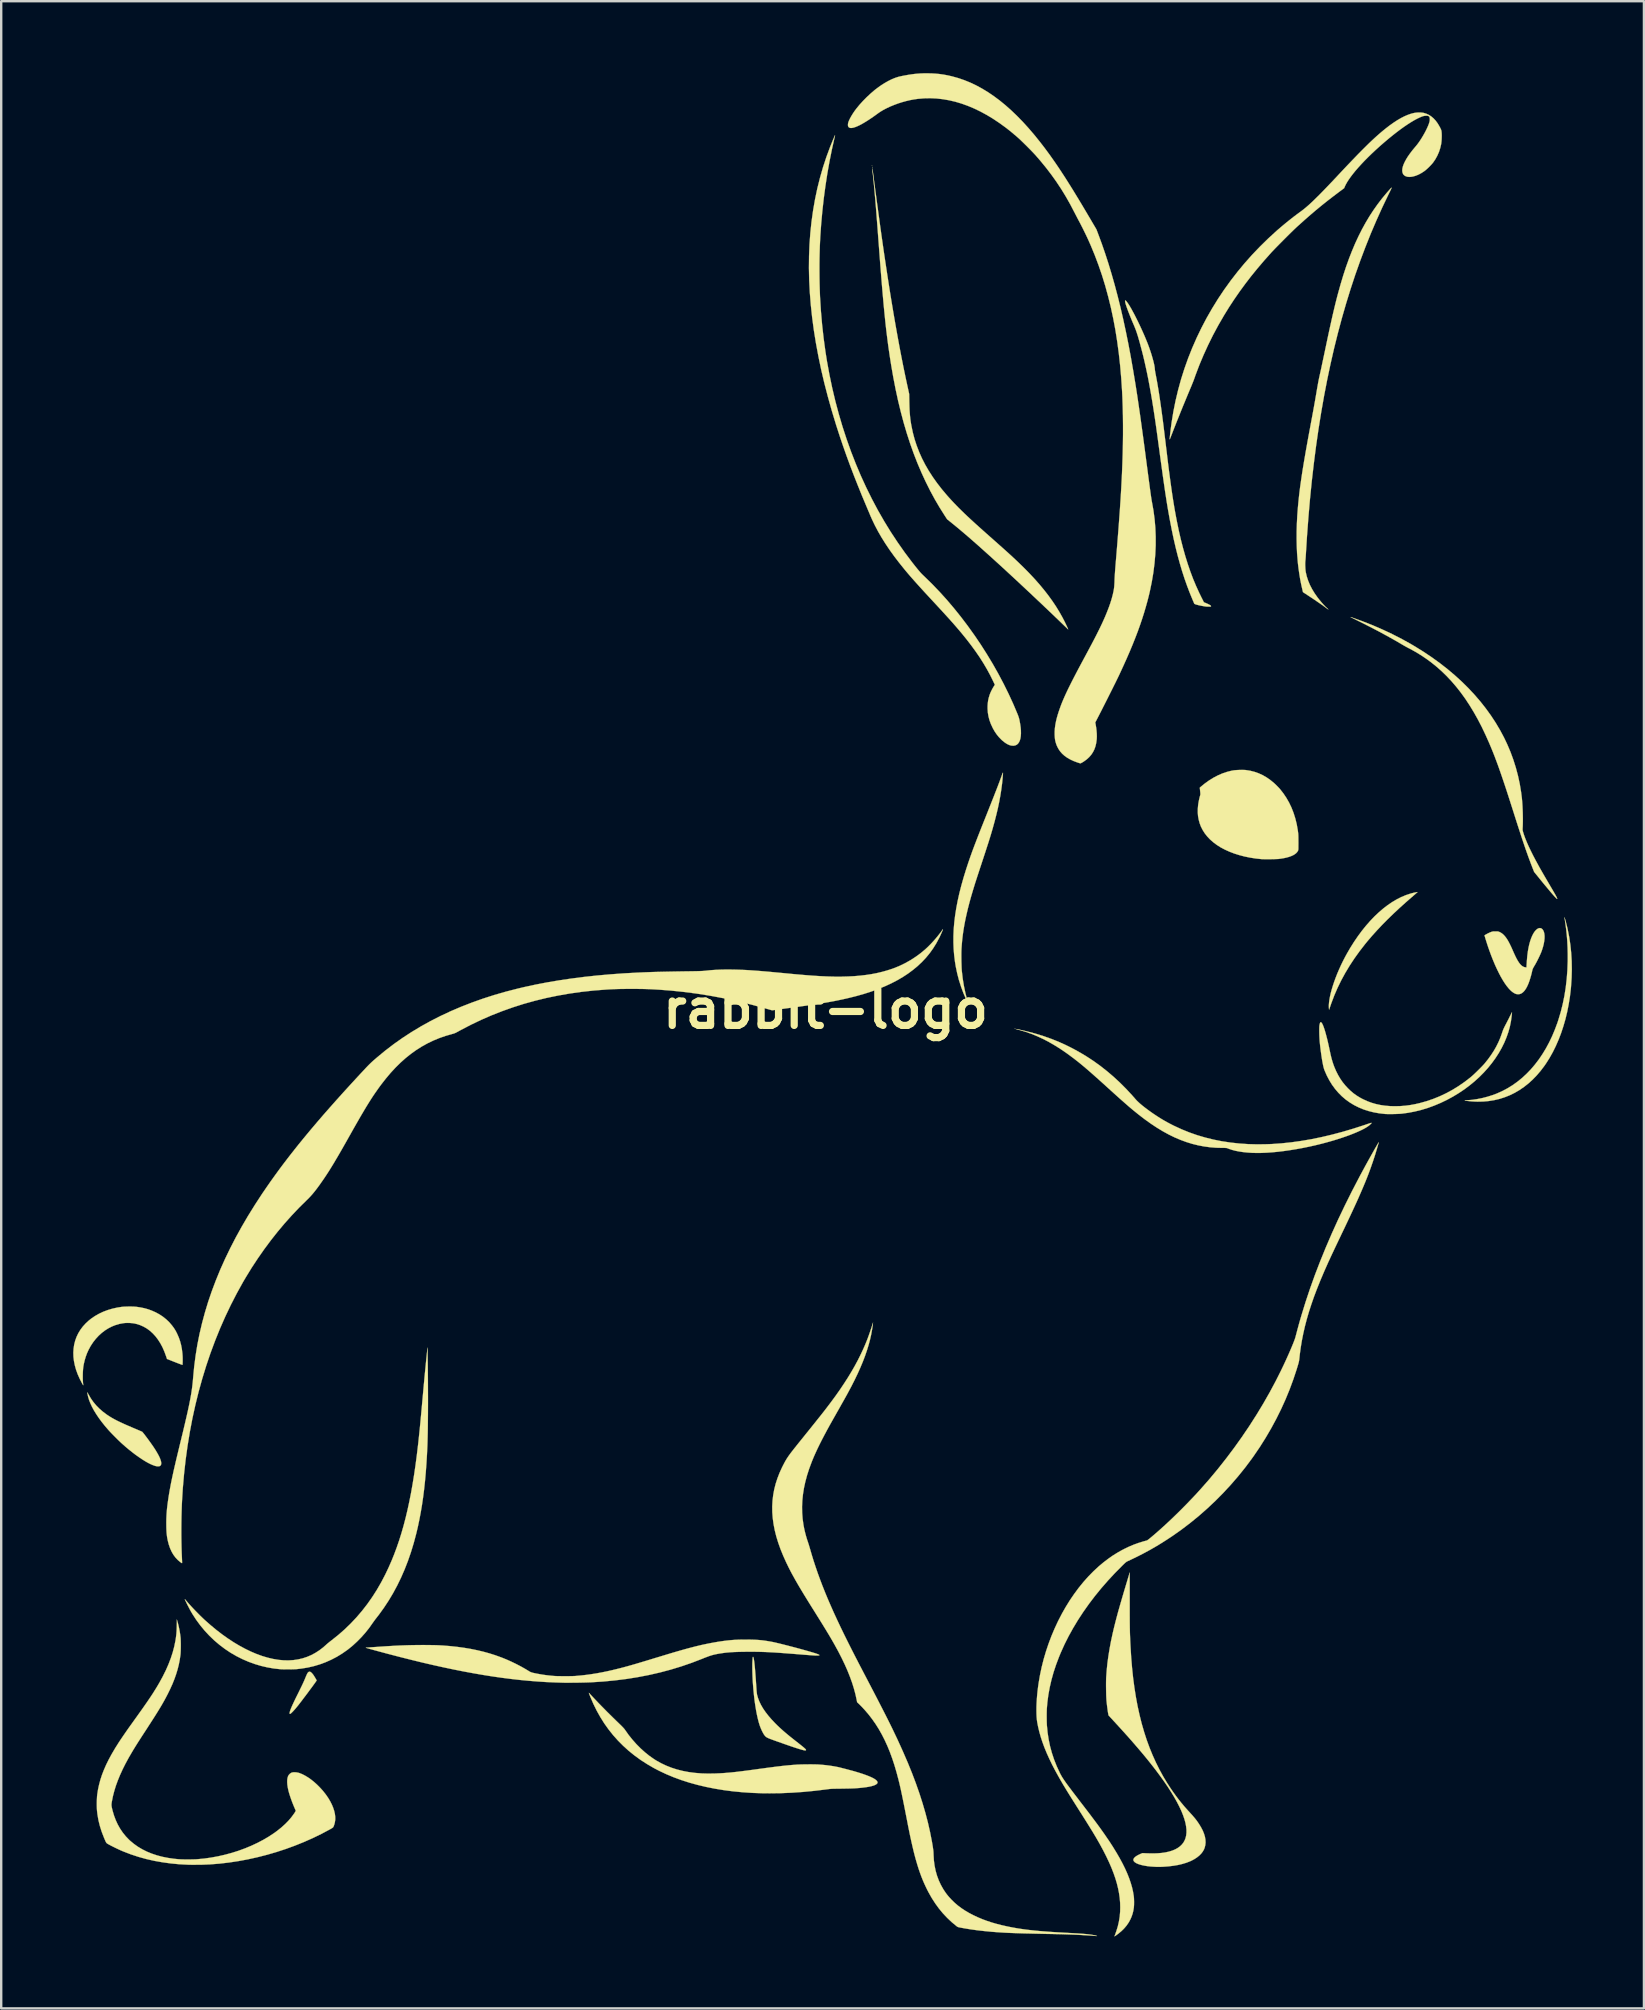
<source format=kicad_pcb>
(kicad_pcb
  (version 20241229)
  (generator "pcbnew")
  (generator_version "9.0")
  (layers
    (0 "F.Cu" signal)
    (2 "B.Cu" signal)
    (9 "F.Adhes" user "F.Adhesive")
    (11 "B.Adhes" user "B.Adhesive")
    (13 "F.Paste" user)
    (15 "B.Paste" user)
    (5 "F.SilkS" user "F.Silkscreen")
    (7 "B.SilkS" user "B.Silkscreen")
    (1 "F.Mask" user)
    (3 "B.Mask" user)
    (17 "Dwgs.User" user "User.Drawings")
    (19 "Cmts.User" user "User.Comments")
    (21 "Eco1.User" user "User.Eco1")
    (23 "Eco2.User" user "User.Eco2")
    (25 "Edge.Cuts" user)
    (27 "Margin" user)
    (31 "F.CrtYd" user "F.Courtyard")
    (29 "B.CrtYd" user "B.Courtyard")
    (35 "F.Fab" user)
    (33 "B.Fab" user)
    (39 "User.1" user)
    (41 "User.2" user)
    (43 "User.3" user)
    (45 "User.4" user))
  (footprint "rabbit-logo"
    (layer "F.Cu")
    (at 31.342 38.979)
    (property "Reference" "rabbit-logo" (at 0 0 0) (layer "F.SilkS") (effects (font (size 1.524 1.524) (thickness 0.3))))
    (attr through_hole)
    (fp_poly (pts (xy -27.026 25.438) (xy -27.03 25.442) (xy -27.034 25.438) (xy -27.03 25.434) (xy -27.026 25.438)) (stroke (width 0.01) (type solid)) (fill yes) (layer "F.SilkS"))
    (fp_poly (pts (xy 1.981 13.077) (xy 1.977 13.081) (xy 1.973 13.077) (xy 1.977 13.073) (xy 1.981 13.077)) (stroke (width 0.01) (type solid)) (fill yes) (layer "F.SilkS"))
    (fp_poly (pts (xy 30.785 -3.814) (xy 30.781 -3.81) (xy 30.776 -3.814) (xy 30.781 -3.818) (xy 30.785 -3.814)) (stroke (width 0.01) (type solid)) (fill yes) (layer "F.SilkS"))
    (fp_poly (pts (xy 1.936 -35.139) (xy 1.937 -35.121) (xy 1.936 -35.118) (xy 1.933 -35.117) (xy 1.932 -35.128) (xy 1.933 -35.14) (xy 1.936 -35.139)) (stroke (width 0.01) (type solid)) (fill yes) (layer "F.SilkS"))
    (fp_poly (pts (xy 7.871 0.824) (xy 7.87 0.829) (xy 7.866 0.83) (xy 7.859 0.827) (xy 7.86 0.824) (xy 7.87 0.823) (xy 7.871 0.824)) (stroke (width 0.01) (type solid)) (fill yes) (layer "F.SilkS"))
    (fp_poly (pts (xy 7.914 0.833) (xy 7.912 0.837) (xy 7.903 0.838) (xy 7.894 0.835) (xy 7.898 0.832) (xy 7.911 0.831) (xy 7.914 0.833)) (stroke (width 0.01) (type solid)) (fill yes) (layer "F.SilkS"))
    (fp_poly (pts (xy 1.945 -35.075) (xy 1.946 -35.054) (xy 1.945 -35.046) (xy 1.942 -35.043) (xy 1.941 -35.055) (xy 1.941 -35.06) (xy 1.942 -35.076) (xy 1.944 -35.078) (xy 1.945 -35.075)) (stroke (width 0.01) (type solid)) (fill yes) (layer "F.SilkS"))
    (fp_poly (pts (xy -21.455 27.623) (xy -21.42 27.649) (xy -21.381 27.69) (xy -21.346 27.734) (xy -21.332 27.754) (xy -21.313 27.782) (xy -21.292 27.817) (xy -21.269 27.854) (xy -21.247 27.891) (xy -21.227 27.925) (xy -21.212 27.952) (xy -21.202 27.971) (xy -21.201 27.976) (xy -21.206 27.986) (xy -21.22 28.008) (xy -21.243 28.04) (xy -21.273 28.083) (xy -21.31 28.134) (xy -21.352 28.192) (xy -21.399 28.257) (xy -21.451 28.326) (xy -21.505 28.399) (xy -21.561 28.475) (xy -21.618 28.551) (xy -21.675 28.627) (xy -21.732 28.702) (xy -21.787 28.775) (xy -21.839 28.844) (xy -21.888 28.907) (xy -21.932 28.965) (xy -21.971 29.015) (xy -21.991 29.039) (xy -22.041 29.1) (xy -22.09 29.159) (xy -22.138 29.213) (xy -22.183 29.262) (xy -22.223 29.303) (xy -22.257 29.336) (xy -22.285 29.358) (xy -22.303 29.37) (xy -22.308 29.371) (xy -22.32 29.369) (xy -22.325 29.359) (xy -22.327 29.337) (xy -22.327 29.335) (xy -22.324 29.308) (xy -22.316 29.274) (xy -22.303 29.231) (xy -22.284 29.179) (xy -22.259 29.117) (xy -22.228 29.045) (xy -22.19 28.961) (xy -22.145 28.865) (xy -22.093 28.756) (xy -22.033 28.634) (xy -21.965 28.498) (xy -21.957 28.482) (xy -21.897 28.359) (xy -21.841 28.245) (xy -21.791 28.141) (xy -21.748 28.048) (xy -21.712 27.967) (xy -21.684 27.9) (xy -21.655 27.83) (xy -21.631 27.773) (xy -21.611 27.729) (xy -21.594 27.695) (xy -21.579 27.669) (xy -21.565 27.649) (xy -21.551 27.635) (xy -21.543 27.628) (xy -21.515 27.613) (xy -21.487 27.611) (xy -21.455 27.623)) (stroke (width 0.01) (type solid)) (fill yes) (layer "F.SilkS"))
    (fp_poly (pts (xy 24.66 -4.866) (xy 24.655 -4.86) (xy 24.638 -4.844) (xy 24.611 -4.821) (xy 24.577 -4.79) (xy 24.535 -4.754) (xy 24.489 -4.714) (xy 24.475 -4.702) (xy 24.189 -4.453) (xy 23.918 -4.209) (xy 23.662 -3.97) (xy 23.42 -3.736) (xy 23.191 -3.504) (xy 22.976 -3.276) (xy 22.773 -3.051) (xy 22.581 -2.827) (xy 22.478 -2.701) (xy 22.246 -2.402) (xy 22.031 -2.102) (xy 21.832 -1.8) (xy 21.649 -1.495) (xy 21.482 -1.188) (xy 21.33 -0.877) (xy 21.194 -0.563) (xy 21.073 -0.244) (xy 21.04 -0.149) (xy 21.022 -0.097) (xy 21.007 -0.051) (xy 20.993 -0.013) (xy 20.984 0.015) (xy 20.978 0.03) (xy 20.977 0.032) (xy 20.975 0.025) (xy 20.973 0.005) (xy 20.97 -0.024) (xy 20.968 -0.044) (xy 20.966 -0.146) (xy 20.974 -0.26) (xy 20.99 -0.385) (xy 21.015 -0.521) (xy 21.048 -0.666) (xy 21.089 -0.818) (xy 21.138 -0.977) (xy 21.193 -1.142) (xy 21.255 -1.311) (xy 21.323 -1.483) (xy 21.398 -1.657) (xy 21.477 -1.831) (xy 21.562 -2.005) (xy 21.651 -2.177) (xy 21.713 -2.29) (xy 21.863 -2.55) (xy 22.02 -2.798) (xy 22.181 -3.034) (xy 22.347 -3.258) (xy 22.517 -3.469) (xy 22.691 -3.667) (xy 22.868 -3.852) (xy 23.049 -4.023) (xy 23.232 -4.18) (xy 23.417 -4.322) (xy 23.603 -4.449) (xy 23.792 -4.561) (xy 23.981 -4.657) (xy 24.171 -4.737) (xy 24.361 -4.8) (xy 24.404 -4.813) (xy 24.442 -4.822) (xy 24.485 -4.833) (xy 24.529 -4.843) (xy 24.571 -4.852) (xy 24.608 -4.859) (xy 24.638 -4.864) (xy 24.656 -4.866) (xy 24.66 -4.866)) (stroke (width 0.01) (type solid)) (fill yes) (layer "F.SilkS"))
    (fp_poly (pts (xy -30.747 15.985) (xy -30.735 16.004) (xy -30.718 16.036) (xy -30.704 16.061) (xy -30.61 16.224) (xy -30.504 16.376) (xy -30.384 16.52) (xy -30.252 16.654) (xy -30.105 16.781) (xy -29.944 16.902) (xy -29.9 16.931) (xy -29.836 16.973) (xy -29.77 17.014) (xy -29.703 17.053) (xy -29.632 17.093) (xy -29.556 17.133) (xy -29.473 17.175) (xy -29.383 17.218) (xy -29.284 17.264) (xy -29.174 17.314) (xy -29.053 17.367) (xy -28.918 17.425) (xy -28.782 17.483) (xy -28.715 17.511) (xy -28.652 17.538) (xy -28.595 17.562) (xy -28.547 17.583) (xy -28.509 17.599) (xy -28.483 17.611) (xy -28.47 17.617) (xy -28.469 17.617) (xy -28.456 17.629) (xy -28.436 17.654) (xy -28.407 17.689) (xy -28.373 17.732) (xy -28.334 17.784) (xy -28.291 17.841) (xy -28.245 17.902) (xy -28.199 17.965) (xy -28.152 18.03) (xy -28.106 18.094) (xy -28.063 18.155) (xy -28.023 18.212) (xy -27.988 18.264) (xy -27.986 18.267) (xy -27.905 18.392) (xy -27.837 18.507) (xy -27.78 18.611) (xy -27.735 18.705) (xy -27.703 18.789) (xy -27.682 18.861) (xy -27.674 18.922) (xy -27.678 18.973) (xy -27.694 19.012) (xy -27.722 19.039) (xy -27.734 19.046) (xy -27.769 19.055) (xy -27.815 19.058) (xy -27.868 19.053) (xy -27.924 19.041) (xy -27.936 19.037) (xy -28.027 19.005) (xy -28.128 18.961) (xy -28.238 18.905) (xy -28.356 18.837) (xy -28.48 18.759) (xy -28.61 18.671) (xy -28.746 18.574) (xy -28.885 18.468) (xy -29.027 18.355) (xy -29.171 18.234) (xy -29.286 18.132) (xy -29.342 18.082) (xy -29.406 18.021) (xy -29.476 17.954) (xy -29.549 17.881) (xy -29.623 17.807) (xy -29.695 17.734) (xy -29.763 17.664) (xy -29.824 17.599) (xy -29.875 17.543) (xy -29.883 17.534) (xy -30.027 17.366) (xy -30.159 17.2) (xy -30.279 17.037) (xy -30.386 16.878) (xy -30.481 16.723) (xy -30.562 16.572) (xy -30.629 16.428) (xy -30.683 16.289) (xy -30.722 16.157) (xy -30.733 16.106) (xy -30.744 16.051) (xy -30.751 16.012) (xy -30.755 15.988) (xy -30.753 15.979) (xy -30.747 15.985)) (stroke (width 0.01) (type solid)) (fill yes) (layer "F.SilkS"))
    (fp_poly (pts (xy 30.798 -3.768) (xy 30.812 -3.724) (xy 30.828 -3.667) (xy 30.846 -3.6) (xy 30.865 -3.527) (xy 30.884 -3.45) (xy 30.903 -3.374) (xy 30.916 -3.315) (xy 30.979 -2.996) (xy 31.028 -2.668) (xy 31.062 -2.334) (xy 31.083 -1.993) (xy 31.089 -1.648) (xy 31.08 -1.298) (xy 31.057 -0.947) (xy 31.047 -0.83) (xy 31.009 -0.508) (xy 30.958 -0.192) (xy 30.897 0.118) (xy 30.824 0.421) (xy 30.739 0.716) (xy 30.645 1.002) (xy 30.539 1.278) (xy 30.423 1.544) (xy 30.298 1.798) (xy 30.163 2.04) (xy 30.018 2.269) (xy 29.948 2.371) (xy 29.792 2.577) (xy 29.629 2.768) (xy 29.459 2.944) (xy 29.281 3.106) (xy 29.097 3.251) (xy 28.906 3.382) (xy 28.709 3.497) (xy 28.505 3.597) (xy 28.295 3.681) (xy 28.079 3.75) (xy 27.857 3.802) (xy 27.63 3.839) (xy 27.398 3.86) (xy 27.16 3.865) (xy 27.029 3.86) (xy 26.974 3.857) (xy 26.915 3.853) (xy 26.853 3.847) (xy 26.793 3.841) (xy 26.737 3.835) (xy 26.689 3.829) (xy 26.651 3.824) (xy 26.629 3.819) (xy 26.627 3.816) (xy 26.641 3.813) (xy 26.67 3.81) (xy 26.712 3.808) (xy 26.718 3.807) (xy 26.93 3.79) (xy 27.146 3.758) (xy 27.365 3.714) (xy 27.583 3.657) (xy 27.797 3.589) (xy 27.957 3.529) (xy 28.182 3.429) (xy 28.4 3.314) (xy 28.612 3.184) (xy 28.815 3.04) (xy 29.011 2.881) (xy 29.199 2.708) (xy 29.379 2.522) (xy 29.55 2.321) (xy 29.713 2.108) (xy 29.866 1.882) (xy 30.011 1.643) (xy 30.146 1.392) (xy 30.271 1.13) (xy 30.386 0.855) (xy 30.492 0.569) (xy 30.53 0.453) (xy 30.627 0.129) (xy 30.71 -0.202) (xy 30.779 -0.539) (xy 30.834 -0.883) (xy 30.875 -1.236) (xy 30.903 -1.597) (xy 30.917 -1.967) (xy 30.918 -2.024) (xy 30.918 -2.298) (xy 30.912 -2.56) (xy 30.899 -2.816) (xy 30.879 -3.069) (xy 30.852 -3.323) (xy 30.818 -3.569) (xy 30.81 -3.623) (xy 30.803 -3.673) (xy 30.797 -3.717) (xy 30.792 -3.75) (xy 30.789 -3.771) (xy 30.789 -3.772) (xy 30.785 -3.806) (xy 30.798 -3.768)) (stroke (width 0.01) (type solid)) (fill yes) (layer "F.SilkS"))
    (fp_poly (pts (xy -3.02 26.994) (xy -3.01 27.005) (xy -3.001 27.031) (xy -2.991 27.073) (xy -2.981 27.13) (xy -2.97 27.203) (xy -2.96 27.292) (xy -2.949 27.397) (xy -2.938 27.518) (xy -2.927 27.656) (xy -2.915 27.81) (xy -2.903 27.981) (xy -2.891 28.16) (xy -2.884 28.266) (xy -2.878 28.356) (xy -2.871 28.431) (xy -2.865 28.491) (xy -2.859 28.536) (xy -2.854 28.568) (xy -2.854 28.568) (xy -2.814 28.71) (xy -2.759 28.854) (xy -2.688 29) (xy -2.601 29.149) (xy -2.497 29.3) (xy -2.377 29.454) (xy -2.241 29.611) (xy -2.088 29.772) (xy -2.088 29.772) (xy -2.011 29.848) (xy -1.934 29.922) (xy -1.854 29.995) (xy -1.77 30.07) (xy -1.68 30.148) (xy -1.582 30.23) (xy -1.476 30.317) (xy -1.359 30.41) (xy -1.23 30.512) (xy -1.211 30.527) (xy -1.124 30.595) (xy -1.05 30.654) (xy -0.988 30.704) (xy -0.936 30.746) (xy -0.895 30.781) (xy -0.863 30.809) (xy -0.84 30.832) (xy -0.824 30.85) (xy -0.816 30.864) (xy -0.813 30.874) (xy -0.816 30.882) (xy -0.821 30.886) (xy -0.831 30.891) (xy -0.843 30.893) (xy -0.861 30.892) (xy -0.888 30.887) (xy -0.918 30.881) (xy -0.96 30.871) (xy -1.012 30.857) (xy -1.073 30.839) (xy -1.145 30.817) (xy -1.229 30.79) (xy -1.324 30.759) (xy -1.431 30.723) (xy -1.552 30.681) (xy -1.687 30.634) (xy -1.835 30.582) (xy -1.999 30.524) (xy -2.062 30.502) (xy -2.153 30.469) (xy -2.23 30.441) (xy -2.295 30.417) (xy -2.348 30.396) (xy -2.391 30.378) (xy -2.426 30.361) (xy -2.454 30.345) (xy -2.477 30.33) (xy -2.497 30.313) (xy -2.515 30.296) (xy -2.532 30.276) (xy -2.541 30.264) (xy -2.568 30.227) (xy -2.598 30.176) (xy -2.63 30.117) (xy -2.662 30.051) (xy -2.692 29.983) (xy -2.719 29.916) (xy -2.739 29.863) (xy -2.782 29.725) (xy -2.822 29.57) (xy -2.86 29.401) (xy -2.895 29.218) (xy -2.927 29.022) (xy -2.957 28.815) (xy -2.982 28.596) (xy -3.005 28.368) (xy -3.024 28.131) (xy -3.031 28.029) (xy -3.037 27.924) (xy -3.042 27.815) (xy -3.046 27.704) (xy -3.049 27.595) (xy -3.051 27.49) (xy -3.051 27.392) (xy -3.051 27.304) (xy -3.049 27.229) (xy -3.048 27.208) (xy -3.044 27.14) (xy -3.041 27.087) (xy -3.038 27.049) (xy -3.034 27.021) (xy -3.031 27.004) (xy -3.026 26.996) (xy -3.021 26.994) (xy -3.02 26.994)) (stroke (width 0.01) (type solid)) (fill yes) (layer "F.SilkS"))
    (fp_poly (pts (xy 17.425 -9.955) (xy 17.49 -9.951) (xy 17.509 -9.949) (xy 17.693 -9.92) (xy 17.872 -9.874) (xy 18.045 -9.813) (xy 18.213 -9.736) (xy 18.375 -9.642) (xy 18.531 -9.533) (xy 18.682 -9.409) (xy 18.756 -9.34) (xy 18.797 -9.299) (xy 18.839 -9.256) (xy 18.879 -9.215) (xy 18.912 -9.179) (xy 18.931 -9.158) (xy 19.071 -8.979) (xy 19.198 -8.79) (xy 19.311 -8.592) (xy 19.411 -8.383) (xy 19.496 -8.165) (xy 19.568 -7.937) (xy 19.627 -7.699) (xy 19.671 -7.451) (xy 19.678 -7.4) (xy 19.683 -7.361) (xy 19.688 -7.325) (xy 19.691 -7.289) (xy 19.693 -7.252) (xy 19.695 -7.21) (xy 19.696 -7.161) (xy 19.697 -7.102) (xy 19.697 -7.032) (xy 19.698 -6.947) (xy 19.698 -6.943) (xy 19.698 -6.861) (xy 19.697 -6.794) (xy 19.697 -6.741) (xy 19.697 -6.699) (xy 19.696 -6.667) (xy 19.694 -6.643) (xy 19.692 -6.625) (xy 19.689 -6.61) (xy 19.685 -6.599) (xy 19.681 -6.587) (xy 19.678 -6.581) (xy 19.648 -6.534) (xy 19.605 -6.487) (xy 19.549 -6.443) (xy 19.484 -6.404) (xy 19.472 -6.398) (xy 19.391 -6.362) (xy 19.303 -6.331) (xy 19.206 -6.304) (xy 19.097 -6.28) (xy 18.975 -6.26) (xy 18.889 -6.248) (xy 18.859 -6.245) (xy 18.814 -6.243) (xy 18.757 -6.241) (xy 18.692 -6.239) (xy 18.62 -6.237) (xy 18.545 -6.236) (xy 18.468 -6.236) (xy 18.394 -6.235) (xy 18.324 -6.236) (xy 18.26 -6.236) (xy 18.207 -6.238) (xy 18.165 -6.239) (xy 18.153 -6.24) (xy 17.911 -6.266) (xy 17.676 -6.303) (xy 17.449 -6.35) (xy 17.229 -6.408) (xy 17.02 -6.474) (xy 16.821 -6.551) (xy 16.633 -6.636) (xy 16.458 -6.729) (xy 16.298 -6.831) (xy 16.15 -6.942) (xy 16.017 -7.059) (xy 15.899 -7.184) (xy 15.796 -7.315) (xy 15.709 -7.452) (xy 15.637 -7.595) (xy 15.584 -7.735) (xy 15.545 -7.88) (xy 15.518 -8.027) (xy 15.506 -8.177) (xy 15.507 -8.333) (xy 15.522 -8.497) (xy 15.528 -8.543) (xy 15.54 -8.615) (xy 15.556 -8.695) (xy 15.574 -8.776) (xy 15.593 -8.851) (xy 15.607 -8.9) (xy 15.611 -8.917) (xy 15.614 -8.934) (xy 15.614 -8.956) (xy 15.613 -8.985) (xy 15.61 -9.025) (xy 15.604 -9.078) (xy 15.59 -9.216) (xy 15.624 -9.246) (xy 15.797 -9.388) (xy 15.974 -9.515) (xy 16.154 -9.627) (xy 16.338 -9.724) (xy 16.523 -9.805) (xy 16.709 -9.869) (xy 16.896 -9.917) (xy 16.971 -9.932) (xy 17.032 -9.941) (xy 17.104 -9.947) (xy 17.184 -9.952) (xy 17.267 -9.955) (xy 17.349 -9.956) (xy 17.425 -9.955)) (stroke (width 0.01) (type solid)) (fill yes) (layer "F.SilkS"))
    (fp_poly (pts (xy -28.862 12.402) (xy -28.789 12.405) (xy -28.728 12.41) (xy -28.715 12.411) (xy -28.541 12.437) (xy -28.379 12.47) (xy -28.225 12.513) (xy -28.076 12.567) (xy -27.929 12.632) (xy -27.91 12.64) (xy -27.75 12.727) (xy -27.601 12.826) (xy -27.464 12.936) (xy -27.339 13.056) (xy -27.228 13.186) (xy -27.21 13.21) (xy -27.159 13.279) (xy -27.117 13.342) (xy -27.08 13.402) (xy -27.045 13.467) (xy -27.009 13.541) (xy -27.006 13.547) (xy -26.942 13.694) (xy -26.89 13.844) (xy -26.848 14.001) (xy -26.816 14.167) (xy -26.794 14.344) (xy -26.788 14.423) (xy -26.785 14.468) (xy -26.783 14.519) (xy -26.782 14.574) (xy -26.782 14.63) (xy -26.782 14.684) (xy -26.783 14.733) (xy -26.785 14.775) (xy -26.787 14.807) (xy -26.79 14.827) (xy -26.791 14.831) (xy -26.8 14.829) (xy -26.823 14.821) (xy -26.858 14.809) (xy -26.904 14.792) (xy -26.959 14.771) (xy -27.021 14.747) (xy -27.088 14.721) (xy -27.116 14.71) (xy -27.435 14.584) (xy -27.475 14.465) (xy -27.546 14.273) (xy -27.625 14.094) (xy -27.713 13.929) (xy -27.81 13.778) (xy -27.914 13.641) (xy -28.026 13.519) (xy -28.146 13.411) (xy -28.273 13.317) (xy -28.408 13.239) (xy -28.549 13.176) (xy -28.698 13.128) (xy -28.792 13.106) (xy -28.878 13.093) (xy -28.974 13.085) (xy -29.074 13.082) (xy -29.171 13.085) (xy -29.25 13.093) (xy -29.413 13.123) (xy -29.573 13.169) (xy -29.727 13.23) (xy -29.876 13.306) (xy -30.019 13.396) (xy -30.155 13.5) (xy -30.282 13.616) (xy -30.401 13.745) (xy -30.511 13.885) (xy -30.611 14.036) (xy -30.699 14.197) (xy -30.767 14.345) (xy -30.819 14.487) (xy -30.865 14.64) (xy -30.902 14.799) (xy -30.921 14.91) (xy -30.929 14.973) (xy -30.935 15.05) (xy -30.94 15.135) (xy -30.943 15.225) (xy -30.944 15.316) (xy -30.944 15.403) (xy -30.941 15.483) (xy -30.936 15.552) (xy -30.935 15.566) (xy -30.931 15.607) (xy -30.927 15.642) (xy -30.925 15.666) (xy -30.925 15.678) (xy -30.925 15.679) (xy -30.93 15.673) (xy -30.941 15.655) (xy -30.957 15.628) (xy -30.976 15.595) (xy -31.074 15.406) (xy -31.157 15.218) (xy -31.224 15.033) (xy -31.275 14.849) (xy -31.311 14.669) (xy -31.332 14.491) (xy -31.337 14.317) (xy -31.326 14.148) (xy -31.301 13.982) (xy -31.26 13.822) (xy -31.204 13.667) (xy -31.133 13.517) (xy -31.046 13.374) (xy -30.945 13.238) (xy -30.829 13.109) (xy -30.698 12.987) (xy -30.594 12.904) (xy -30.438 12.797) (xy -30.269 12.701) (xy -30.091 12.617) (xy -29.902 12.546) (xy -29.706 12.488) (xy -29.503 12.443) (xy -29.324 12.415) (xy -29.264 12.409) (xy -29.191 12.405) (xy -29.111 12.402) (xy -29.027 12.4) (xy -28.942 12.4) (xy -28.862 12.402)) (stroke (width 0.01) (type solid)) (fill yes) (layer "F.SilkS"))
    (fp_poly (pts (xy 29.793 -3.363) (xy 29.835 -3.343) (xy 29.872 -3.309) (xy 29.903 -3.26) (xy 29.928 -3.198) (xy 29.943 -3.134) (xy 29.953 -3.042) (xy 29.952 -2.94) (xy 29.94 -2.827) (xy 29.919 -2.707) (xy 29.887 -2.58) (xy 29.846 -2.449) (xy 29.828 -2.4) (xy 29.802 -2.333) (xy 29.768 -2.256) (xy 29.729 -2.171) (xy 29.686 -2.083) (xy 29.642 -1.995) (xy 29.597 -1.911) (xy 29.554 -1.834) (xy 29.533 -1.799) (xy 29.503 -1.748) (xy 29.481 -1.708) (xy 29.465 -1.676) (xy 29.454 -1.649) (xy 29.446 -1.623) (xy 29.443 -1.61) (xy 29.419 -1.503) (xy 29.391 -1.393) (xy 29.36 -1.286) (xy 29.329 -1.186) (xy 29.297 -1.096) (xy 29.285 -1.064) (xy 29.236 -0.952) (xy 29.186 -0.856) (xy 29.133 -0.777) (xy 29.078 -0.713) (xy 29.019 -0.663) (xy 28.969 -0.634) (xy 28.91 -0.615) (xy 28.846 -0.609) (xy 28.782 -0.617) (xy 28.744 -0.628) (xy 28.674 -0.663) (xy 28.601 -0.713) (xy 28.526 -0.78) (xy 28.45 -0.862) (xy 28.372 -0.959) (xy 28.293 -1.071) (xy 28.214 -1.196) (xy 28.133 -1.335) (xy 28.053 -1.487) (xy 27.972 -1.652) (xy 27.891 -1.829) (xy 27.811 -2.018) (xy 27.732 -2.218) (xy 27.654 -2.43) (xy 27.63 -2.498) (xy 27.612 -2.549) (xy 27.591 -2.611) (xy 27.569 -2.678) (xy 27.546 -2.749) (xy 27.524 -2.82) (xy 27.502 -2.887) (xy 27.484 -2.948) (xy 27.469 -2.999) (xy 27.459 -3.033) (xy 27.451 -3.064) (xy 27.498 -3.093) (xy 27.585 -3.141) (xy 27.674 -3.183) (xy 27.733 -3.206) (xy 27.764 -3.216) (xy 27.792 -3.223) (xy 27.82 -3.227) (xy 27.855 -3.229) (xy 27.901 -3.229) (xy 27.906 -3.229) (xy 27.954 -3.229) (xy 27.989 -3.227) (xy 28.016 -3.224) (xy 28.039 -3.218) (xy 28.06 -3.21) (xy 28.12 -3.182) (xy 28.177 -3.146) (xy 28.232 -3.101) (xy 28.286 -3.045) (xy 28.34 -2.979) (xy 28.393 -2.902) (xy 28.447 -2.811) (xy 28.502 -2.707) (xy 28.56 -2.588) (xy 28.62 -2.454) (xy 28.634 -2.421) (xy 28.691 -2.293) (xy 28.744 -2.18) (xy 28.794 -2.082) (xy 28.842 -1.997) (xy 28.888 -1.926) (xy 28.933 -1.868) (xy 28.978 -1.82) (xy 29.022 -1.784) (xy 29.068 -1.757) (xy 29.115 -1.739) (xy 29.157 -1.731) (xy 29.183 -1.728) (xy 29.196 -1.729) (xy 29.201 -1.735) (xy 29.202 -1.741) (xy 29.202 -1.773) (xy 29.204 -1.819) (xy 29.208 -1.876) (xy 29.212 -1.938) (xy 29.216 -2.005) (xy 29.222 -2.071) (xy 29.227 -2.134) (xy 29.232 -2.19) (xy 29.236 -2.23) (xy 29.257 -2.392) (xy 29.284 -2.544) (xy 29.315 -2.686) (xy 29.352 -2.818) (xy 29.392 -2.937) (xy 29.437 -3.044) (xy 29.485 -3.138) (xy 29.536 -3.217) (xy 29.591 -3.281) (xy 29.647 -3.328) (xy 29.698 -3.356) (xy 29.748 -3.367) (xy 29.793 -3.363)) (stroke (width 0.01) (type solid)) (fill yes) (layer "F.SilkS"))
    (fp_poly (pts (xy 7.39 -9.841) (xy 7.391 -9.825) (xy 7.39 -9.795) (xy 7.387 -9.752) (xy 7.383 -9.699) (xy 7.378 -9.637) (xy 7.372 -9.57) (xy 7.365 -9.499) (xy 7.358 -9.427) (xy 7.353 -9.381) (xy 7.321 -9.137) (xy 7.282 -8.887) (xy 7.235 -8.63) (xy 7.18 -8.366) (xy 7.115 -8.092) (xy 7.042 -7.807) (xy 6.96 -7.51) (xy 6.92 -7.374) (xy 6.896 -7.292) (xy 6.87 -7.206) (xy 6.842 -7.116) (xy 6.812 -7.02) (xy 6.78 -6.917) (xy 6.744 -6.807) (xy 6.705 -6.687) (xy 6.663 -6.556) (xy 6.616 -6.413) (xy 6.565 -6.258) (xy 6.509 -6.087) (xy 6.491 -6.032) (xy 6.457 -5.929) (xy 6.422 -5.824) (xy 6.389 -5.722) (xy 6.356 -5.622) (xy 6.325 -5.528) (xy 6.297 -5.441) (xy 6.272 -5.363) (xy 6.25 -5.296) (xy 6.233 -5.242) (xy 6.224 -5.215) (xy 6.139 -4.937) (xy 6.061 -4.673) (xy 5.991 -4.42) (xy 5.929 -4.178) (xy 5.874 -3.946) (xy 5.825 -3.722) (xy 5.783 -3.505) (xy 5.747 -3.293) (xy 5.717 -3.085) (xy 5.693 -2.88) (xy 5.675 -2.676) (xy 5.663 -2.51) (xy 5.66 -2.444) (xy 5.658 -2.364) (xy 5.657 -2.275) (xy 5.657 -2.179) (xy 5.658 -2.08) (xy 5.659 -1.979) (xy 5.662 -1.881) (xy 5.665 -1.789) (xy 5.668 -1.705) (xy 5.672 -1.632) (xy 5.676 -1.583) (xy 5.713 -1.264) (xy 5.764 -0.955) (xy 5.827 -0.655) (xy 5.903 -0.366) (xy 5.922 -0.302) (xy 5.934 -0.263) (xy 5.943 -0.231) (xy 5.949 -0.209) (xy 5.95 -0.199) (xy 5.95 -0.199) (xy 5.946 -0.204) (xy 5.937 -0.22) (xy 5.934 -0.227) (xy 5.926 -0.245) (xy 5.912 -0.275) (xy 5.894 -0.314) (xy 5.873 -0.358) (xy 5.857 -0.394) (xy 5.745 -0.651) (xy 5.646 -0.919) (xy 5.558 -1.194) (xy 5.485 -1.475) (xy 5.425 -1.759) (xy 5.39 -1.973) (xy 5.358 -2.235) (xy 5.336 -2.5) (xy 5.326 -2.769) (xy 5.327 -3.042) (xy 5.339 -3.321) (xy 5.363 -3.605) (xy 5.398 -3.895) (xy 5.445 -4.193) (xy 5.503 -4.498) (xy 5.573 -4.813) (xy 5.655 -5.136) (xy 5.749 -5.469) (xy 5.855 -5.813) (xy 5.938 -6.066) (xy 5.969 -6.157) (xy 6 -6.247) (xy 6.031 -6.337) (xy 6.064 -6.428) (xy 6.097 -6.521) (xy 6.132 -6.617) (xy 6.17 -6.718) (xy 6.21 -6.824) (xy 6.253 -6.936) (xy 6.299 -7.056) (xy 6.349 -7.185) (xy 6.403 -7.323) (xy 6.461 -7.472) (xy 6.525 -7.633) (xy 6.594 -7.806) (xy 6.669 -7.993) (xy 6.721 -8.124) (xy 6.801 -8.326) (xy 6.875 -8.512) (xy 6.943 -8.684) (xy 7.006 -8.843) (xy 7.063 -8.99) (xy 7.116 -9.125) (xy 7.164 -9.249) (xy 7.207 -9.363) (xy 7.247 -9.468) (xy 7.282 -9.564) (xy 7.315 -9.653) (xy 7.329 -9.692) (xy 7.346 -9.74) (xy 7.362 -9.781) (xy 7.375 -9.813) (xy 7.385 -9.834) (xy 7.39 -9.841) (xy 7.39 -9.841)) (stroke (width 0.01) (type solid)) (fill yes) (layer "F.SilkS"))
    (fp_poly (pts (xy 7.954 0.841) (xy 7.983 0.846) (xy 8.029 0.855) (xy 8.068 0.863) (xy 8.422 0.945) (xy 8.765 1.037) (xy 9.097 1.14) (xy 9.42 1.255) (xy 9.736 1.383) (xy 10.046 1.525) (xy 10.352 1.68) (xy 10.655 1.85) (xy 10.875 1.983) (xy 11.161 2.17) (xy 11.443 2.373) (xy 11.721 2.592) (xy 11.994 2.824) (xy 12.26 3.07) (xy 12.519 3.329) (xy 12.77 3.599) (xy 12.919 3.769) (xy 12.969 3.824) (xy 13.033 3.885) (xy 13.108 3.953) (xy 13.195 4.026) (xy 13.291 4.102) (xy 13.395 4.181) (xy 13.506 4.262) (xy 13.622 4.344) (xy 13.733 4.419) (xy 13.863 4.504) (xy 13.985 4.58) (xy 14.104 4.651) (xy 14.223 4.718) (xy 14.349 4.785) (xy 14.485 4.855) (xy 14.52 4.872) (xy 14.832 5.016) (xy 15.152 5.146) (xy 15.48 5.261) (xy 15.816 5.36) (xy 16.159 5.445) (xy 16.511 5.515) (xy 16.87 5.569) (xy 17.237 5.609) (xy 17.612 5.634) (xy 17.995 5.644) (xy 18.386 5.638) (xy 18.593 5.63) (xy 18.994 5.602) (xy 19.402 5.559) (xy 19.817 5.501) (xy 20.238 5.429) (xy 20.667 5.341) (xy 21.102 5.238) (xy 21.545 5.12) (xy 21.994 4.987) (xy 22.452 4.839) (xy 22.511 4.819) (xy 22.584 4.794) (xy 22.642 4.774) (xy 22.687 4.76) (xy 22.718 4.752) (xy 22.738 4.749) (xy 22.747 4.751) (xy 22.746 4.758) (xy 22.737 4.771) (xy 22.72 4.789) (xy 22.696 4.812) (xy 22.694 4.815) (xy 22.637 4.864) (xy 22.564 4.915) (xy 22.477 4.968) (xy 22.375 5.023) (xy 22.259 5.079) (xy 22.132 5.136) (xy 21.992 5.194) (xy 21.842 5.253) (xy 21.682 5.311) (xy 21.512 5.369) (xy 21.334 5.427) (xy 21.149 5.484) (xy 20.957 5.539) (xy 20.759 5.593) (xy 20.664 5.618) (xy 20.399 5.683) (xy 20.134 5.742) (xy 19.87 5.796) (xy 19.607 5.844) (xy 19.349 5.886) (xy 19.095 5.922) (xy 18.848 5.952) (xy 18.609 5.975) (xy 18.379 5.991) (xy 18.16 6) (xy 17.954 6.002) (xy 17.761 5.997) (xy 17.759 5.997) (xy 17.569 5.984) (xy 17.389 5.965) (xy 17.221 5.94) (xy 17.066 5.909) (xy 16.924 5.871) (xy 16.796 5.828) (xy 16.754 5.811) (xy 16.736 5.805) (xy 16.72 5.799) (xy 16.701 5.796) (xy 16.678 5.793) (xy 16.647 5.792) (xy 16.606 5.791) (xy 16.551 5.791) (xy 16.533 5.791) (xy 16.275 5.785) (xy 16.021 5.765) (xy 15.77 5.731) (xy 15.522 5.684) (xy 15.275 5.623) (xy 15.03 5.547) (xy 14.785 5.457) (xy 14.54 5.353) (xy 14.295 5.233) (xy 14.049 5.098) (xy 13.8 4.947) (xy 13.55 4.781) (xy 13.296 4.599) (xy 13.123 4.467) (xy 13.052 4.412) (xy 12.982 4.356) (xy 12.913 4.3) (xy 12.843 4.243) (xy 12.771 4.184) (xy 12.697 4.122) (xy 12.62 4.056) (xy 12.539 3.985) (xy 12.452 3.909) (xy 12.359 3.827) (xy 12.258 3.738) (xy 12.15 3.641) (xy 12.032 3.535) (xy 11.904 3.419) (xy 11.765 3.293) (xy 11.716 3.249) (xy 11.567 3.113) (xy 11.429 2.989) (xy 11.301 2.875) (xy 11.183 2.77) (xy 11.073 2.673) (xy 10.971 2.583) (xy 10.874 2.5) (xy 10.783 2.422) (xy 10.697 2.35) (xy 10.613 2.281) (xy 10.532 2.215) (xy 10.452 2.152) (xy 10.372 2.09) (xy 10.312 2.044) (xy 10.056 1.855) (xy 9.804 1.682) (xy 9.554 1.524) (xy 9.307 1.381) (xy 9.062 1.253) (xy 8.817 1.14) (xy 8.572 1.04) (xy 8.327 0.954) (xy 8.08 0.881) (xy 8.048 0.873) (xy 7.996 0.859) (xy 7.961 0.849) (xy 7.942 0.843) (xy 7.94 0.84) (xy 7.954 0.841)) (stroke (width 0.01) (type solid)) (fill yes) (layer "F.SilkS"))
    (fp_poly (pts (xy 23.58 -34.209) (xy 23.577 -34.195) (xy 23.567 -34.169) (xy 23.55 -34.131) (xy 23.525 -34.078) (xy 23.492 -34.012) (xy 23.452 -33.931) (xy 23.445 -33.917) (xy 23.191 -33.386) (xy 22.947 -32.845) (xy 22.712 -32.295) (xy 22.488 -31.734) (xy 22.273 -31.164) (xy 22.067 -30.583) (xy 21.872 -29.991) (xy 21.686 -29.389) (xy 21.509 -28.775) (xy 21.342 -28.15) (xy 21.184 -27.514) (xy 21.036 -26.866) (xy 20.897 -26.206) (xy 20.767 -25.533) (xy 20.647 -24.849) (xy 20.535 -24.151) (xy 20.433 -23.441) (xy 20.34 -22.717) (xy 20.255 -21.98) (xy 20.18 -21.23) (xy 20.114 -20.465) (xy 20.056 -19.687) (xy 20.015 -19.037) (xy 20.011 -18.964) (xy 20.006 -18.894) (xy 20.002 -18.828) (xy 19.998 -18.77) (xy 19.994 -18.721) (xy 19.99 -18.685) (xy 19.989 -18.669) (xy 19.984 -18.618) (xy 19.982 -18.555) (xy 19.982 -18.484) (xy 19.985 -18.409) (xy 19.989 -18.335) (xy 19.995 -18.267) (xy 20.003 -18.207) (xy 20.006 -18.189) (xy 20.047 -18.013) (xy 20.105 -17.837) (xy 20.178 -17.662) (xy 20.268 -17.487) (xy 20.375 -17.312) (xy 20.498 -17.137) (xy 20.575 -17.039) (xy 20.667 -16.928) (xy 20.755 -16.83) (xy 20.84 -16.742) (xy 20.873 -16.711) (xy 20.902 -16.683) (xy 20.925 -16.661) (xy 20.941 -16.645) (xy 20.947 -16.638) (xy 20.947 -16.638) (xy 20.939 -16.643) (xy 20.92 -16.656) (xy 20.892 -16.676) (xy 20.858 -16.701) (xy 20.834 -16.718) (xy 20.762 -16.771) (xy 20.678 -16.831) (xy 20.584 -16.897) (xy 20.481 -16.967) (xy 20.373 -17.041) (xy 20.26 -17.117) (xy 20.146 -17.192) (xy 20.126 -17.205) (xy 19.889 -17.361) (xy 19.859 -17.486) (xy 19.815 -17.681) (xy 19.774 -17.889) (xy 19.738 -18.106) (xy 19.706 -18.329) (xy 19.679 -18.552) (xy 19.665 -18.699) (xy 19.643 -18.981) (xy 19.63 -19.276) (xy 19.624 -19.582) (xy 19.625 -19.897) (xy 19.635 -20.218) (xy 19.651 -20.543) (xy 19.676 -20.869) (xy 19.677 -20.883) (xy 19.69 -21.026) (xy 19.704 -21.168) (xy 19.719 -21.312) (xy 19.735 -21.457) (xy 19.753 -21.604) (xy 19.772 -21.756) (xy 19.794 -21.911) (xy 19.817 -22.073) (xy 19.842 -22.241) (xy 19.869 -22.417) (xy 19.899 -22.601) (xy 19.931 -22.794) (xy 19.966 -22.998) (xy 20.003 -23.214) (xy 20.044 -23.442) (xy 20.087 -23.683) (xy 20.134 -23.939) (xy 20.185 -24.21) (xy 20.197 -24.278) (xy 20.242 -24.518) (xy 20.284 -24.743) (xy 20.322 -24.951) (xy 20.357 -25.144) (xy 20.389 -25.323) (xy 20.417 -25.487) (xy 20.443 -25.637) (xy 20.466 -25.773) (xy 20.468 -25.784) (xy 20.482 -25.867) (xy 20.498 -25.954) (xy 20.513 -26.04) (xy 20.528 -26.122) (xy 20.543 -26.197) (xy 20.556 -26.262) (xy 20.566 -26.309) (xy 20.584 -26.39) (xy 20.605 -26.485) (xy 20.629 -26.594) (xy 20.656 -26.718) (xy 20.685 -26.857) (xy 20.718 -27.011) (xy 20.754 -27.181) (xy 20.794 -27.367) (xy 20.836 -27.569) (xy 20.845 -27.61) (xy 20.892 -27.833) (xy 20.936 -28.041) (xy 20.978 -28.235) (xy 21.017 -28.415) (xy 21.055 -28.585) (xy 21.09 -28.743) (xy 21.124 -28.893) (xy 21.157 -29.035) (xy 21.189 -29.17) (xy 21.22 -29.299) (xy 21.251 -29.425) (xy 21.282 -29.548) (xy 21.313 -29.669) (xy 21.345 -29.789) (xy 21.35 -29.807) (xy 21.457 -30.192) (xy 21.568 -30.561) (xy 21.684 -30.915) (xy 21.806 -31.255) (xy 21.933 -31.58) (xy 22.065 -31.893) (xy 22.204 -32.192) (xy 22.349 -32.48) (xy 22.501 -32.756) (xy 22.66 -33.022) (xy 22.827 -33.277) (xy 23 -33.523) (xy 23.182 -33.76) (xy 23.372 -33.989) (xy 23.436 -34.061) (xy 23.479 -34.11) (xy 23.515 -34.15) (xy 23.542 -34.181) (xy 23.563 -34.201) (xy 23.575 -34.211) (xy 23.58 -34.209)) (stroke (width 0.01) (type solid)) (fill yes) (layer "F.SilkS"))
    (fp_poly (pts (xy 28.596 0.151) (xy 28.595 0.167) (xy 28.593 0.185) (xy 28.59 0.215) (xy 28.587 0.253) (xy 28.583 0.288) (xy 28.553 0.515) (xy 28.507 0.742) (xy 28.444 0.967) (xy 28.366 1.19) (xy 28.273 1.411) (xy 28.165 1.629) (xy 28.043 1.843) (xy 27.907 2.053) (xy 27.758 2.258) (xy 27.596 2.458) (xy 27.422 2.651) (xy 27.236 2.838) (xy 27.038 3.018) (xy 26.83 3.189) (xy 26.611 3.353) (xy 26.381 3.507) (xy 26.142 3.652) (xy 25.895 3.786) (xy 25.626 3.916) (xy 25.357 4.029) (xy 25.089 4.127) (xy 24.819 4.209) (xy 24.546 4.276) (xy 24.27 4.329) (xy 24.003 4.365) (xy 23.953 4.369) (xy 23.891 4.373) (xy 23.818 4.376) (xy 23.739 4.379) (xy 23.656 4.381) (xy 23.574 4.382) (xy 23.495 4.382) (xy 23.422 4.382) (xy 23.359 4.38) (xy 23.309 4.378) (xy 23.3 4.377) (xy 23.063 4.35) (xy 22.834 4.309) (xy 22.615 4.254) (xy 22.405 4.186) (xy 22.206 4.103) (xy 22.016 4.007) (xy 21.837 3.898) (xy 21.667 3.776) (xy 21.509 3.641) (xy 21.361 3.492) (xy 21.224 3.331) (xy 21.097 3.157) (xy 20.983 2.971) (xy 20.879 2.772) (xy 20.787 2.561) (xy 20.779 2.54) (xy 20.763 2.491) (xy 20.745 2.426) (xy 20.727 2.348) (xy 20.709 2.257) (xy 20.69 2.155) (xy 20.672 2.044) (xy 20.654 1.925) (xy 20.637 1.8) (xy 20.62 1.67) (xy 20.604 1.537) (xy 20.59 1.401) (xy 20.586 1.363) (xy 20.581 1.3) (xy 20.577 1.229) (xy 20.573 1.152) (xy 20.57 1.072) (xy 20.568 0.993) (xy 20.567 0.917) (xy 20.567 0.846) (xy 20.568 0.785) (xy 20.57 0.734) (xy 20.573 0.7) (xy 20.583 0.643) (xy 20.595 0.599) (xy 20.608 0.569) (xy 20.622 0.555) (xy 20.623 0.555) (xy 20.641 0.556) (xy 20.663 0.574) (xy 20.686 0.608) (xy 20.711 0.657) (xy 20.738 0.72) (xy 20.766 0.799) (xy 20.796 0.89) (xy 20.827 0.996) (xy 20.859 1.114) (xy 20.893 1.245) (xy 20.927 1.387) (xy 20.962 1.541) (xy 20.997 1.706) (xy 21.01 1.768) (xy 21.043 1.921) (xy 21.077 2.06) (xy 21.114 2.189) (xy 21.153 2.308) (xy 21.193 2.416) (xy 21.27 2.595) (xy 21.354 2.76) (xy 21.445 2.914) (xy 21.545 3.058) (xy 21.656 3.194) (xy 21.755 3.301) (xy 21.877 3.419) (xy 22.001 3.523) (xy 22.132 3.616) (xy 22.273 3.702) (xy 22.382 3.76) (xy 22.558 3.841) (xy 22.738 3.909) (xy 22.923 3.963) (xy 23.116 4.005) (xy 23.317 4.034) (xy 23.527 4.051) (xy 23.728 4.055) (xy 23.94 4.05) (xy 24.148 4.034) (xy 24.357 4.007) (xy 24.571 3.967) (xy 24.757 3.924) (xy 25.039 3.845) (xy 25.317 3.75) (xy 25.591 3.639) (xy 25.859 3.512) (xy 26.121 3.37) (xy 26.376 3.212) (xy 26.625 3.04) (xy 26.866 2.854) (xy 26.903 2.823) (xy 26.945 2.786) (xy 26.996 2.74) (xy 27.053 2.686) (xy 27.115 2.627) (xy 27.178 2.565) (xy 27.241 2.503) (xy 27.302 2.441) (xy 27.358 2.383) (xy 27.407 2.331) (xy 27.447 2.286) (xy 27.465 2.265) (xy 27.606 2.088) (xy 27.731 1.914) (xy 27.843 1.741) (xy 27.942 1.567) (xy 28.03 1.39) (xy 28.108 1.208) (xy 28.177 1.019) (xy 28.182 1.001) (xy 28.206 0.932) (xy 28.227 0.874) (xy 28.25 0.821) (xy 28.275 0.768) (xy 28.305 0.708) (xy 28.311 0.696) (xy 28.337 0.647) (xy 28.368 0.588) (xy 28.402 0.521) (xy 28.438 0.452) (xy 28.472 0.385) (xy 28.489 0.349) (xy 28.516 0.295) (xy 28.541 0.247) (xy 28.562 0.205) (xy 28.579 0.173) (xy 28.59 0.152) (xy 28.595 0.144) (xy 28.595 0.144) (xy 28.596 0.151)) (stroke (width 0.01) (type solid)) (fill yes) (layer "F.SilkS"))
    (fp_poly (pts (xy 21.88 -16.321) (xy 21.904 -16.313) (xy 21.939 -16.301) (xy 21.983 -16.286) (xy 22.035 -16.268) (xy 22.091 -16.248) (xy 22.15 -16.227) (xy 22.21 -16.205) (xy 22.268 -16.184) (xy 22.323 -16.164) (xy 22.371 -16.147) (xy 22.39 -16.139) (xy 22.805 -15.976) (xy 23.216 -15.797) (xy 23.621 -15.606) (xy 24.017 -15.403) (xy 24.403 -15.188) (xy 24.57 -15.089) (xy 24.925 -14.868) (xy 25.267 -14.638) (xy 25.595 -14.4) (xy 25.91 -14.154) (xy 26.211 -13.9) (xy 26.498 -13.639) (xy 26.771 -13.37) (xy 27.029 -13.094) (xy 27.273 -12.811) (xy 27.502 -12.521) (xy 27.716 -12.225) (xy 27.915 -11.922) (xy 28.098 -11.614) (xy 28.266 -11.299) (xy 28.395 -11.028) (xy 28.531 -10.709) (xy 28.651 -10.382) (xy 28.756 -10.05) (xy 28.846 -9.712) (xy 28.92 -9.369) (xy 28.977 -9.023) (xy 29.007 -8.788) (xy 29.016 -8.687) (xy 29.025 -8.573) (xy 29.033 -8.451) (xy 29.039 -8.322) (xy 29.044 -8.191) (xy 29.047 -8.061) (xy 29.049 -7.934) (xy 29.049 -7.813) (xy 29.047 -7.703) (xy 29.044 -7.606) (xy 29.043 -7.587) (xy 29.04 -7.535) (xy 29.038 -7.497) (xy 29.038 -7.467) (xy 29.04 -7.443) (xy 29.044 -7.421) (xy 29.05 -7.396) (xy 29.059 -7.365) (xy 29.059 -7.364) (xy 29.1 -7.235) (xy 29.152 -7.094) (xy 29.215 -6.94) (xy 29.289 -6.773) (xy 29.374 -6.594) (xy 29.469 -6.403) (xy 29.576 -6.199) (xy 29.693 -5.984) (xy 29.743 -5.893) (xy 29.765 -5.853) (xy 29.788 -5.814) (xy 29.811 -5.773) (xy 29.835 -5.731) (xy 29.861 -5.685) (xy 29.89 -5.635) (xy 29.922 -5.579) (xy 29.958 -5.517) (xy 29.999 -5.447) (xy 30.045 -5.368) (xy 30.097 -5.279) (xy 30.156 -5.179) (xy 30.221 -5.067) (xy 30.295 -4.941) (xy 30.297 -4.938) (xy 30.346 -4.853) (xy 30.388 -4.781) (xy 30.421 -4.721) (xy 30.446 -4.674) (xy 30.464 -4.637) (xy 30.475 -4.61) (xy 30.479 -4.592) (xy 30.478 -4.583) (xy 30.472 -4.58) (xy 30.464 -4.586) (xy 30.447 -4.602) (xy 30.422 -4.626) (xy 30.394 -4.656) (xy 30.387 -4.663) (xy 30.354 -4.698) (xy 30.312 -4.746) (xy 30.261 -4.805) (xy 30.202 -4.874) (xy 30.137 -4.952) (xy 30.065 -5.038) (xy 29.987 -5.131) (xy 29.905 -5.23) (xy 29.82 -5.334) (xy 29.732 -5.442) (xy 29.73 -5.446) (xy 29.519 -5.705) (xy 29.469 -5.831) (xy 29.425 -5.943) (xy 29.381 -6.057) (xy 29.338 -6.173) (xy 29.293 -6.292) (xy 29.249 -6.416) (xy 29.203 -6.545) (xy 29.155 -6.681) (xy 29.106 -6.824) (xy 29.055 -6.976) (xy 29.001 -7.137) (xy 28.945 -7.309) (xy 28.885 -7.493) (xy 28.821 -7.69) (xy 28.754 -7.9) (xy 28.682 -8.126) (xy 28.664 -8.183) (xy 28.584 -8.433) (xy 28.509 -8.668) (xy 28.438 -8.889) (xy 28.371 -9.096) (xy 28.307 -9.29) (xy 28.245 -9.474) (xy 28.187 -9.646) (xy 28.131 -9.809) (xy 28.077 -9.963) (xy 28.025 -10.11) (xy 27.974 -10.25) (xy 27.924 -10.383) (xy 27.875 -10.513) (xy 27.826 -10.638) (xy 27.777 -10.76) (xy 27.728 -10.88) (xy 27.678 -10.999) (xy 27.65 -11.066) (xy 27.495 -11.413) (xy 27.337 -11.745) (xy 27.173 -12.061) (xy 27.004 -12.361) (xy 26.83 -12.647) (xy 26.651 -12.919) (xy 26.465 -13.176) (xy 26.273 -13.42) (xy 26.075 -13.651) (xy 25.87 -13.869) (xy 25.658 -14.075) (xy 25.438 -14.268) (xy 25.403 -14.298) (xy 25.206 -14.454) (xy 24.999 -14.604) (xy 24.785 -14.746) (xy 24.568 -14.878) (xy 24.353 -14.997) (xy 24.285 -15.031) (xy 24.245 -15.052) (xy 24.196 -15.079) (xy 24.141 -15.109) (xy 24.087 -15.14) (xy 24.052 -15.16) (xy 23.718 -15.355) (xy 23.371 -15.549) (xy 23.01 -15.744) (xy 22.634 -15.939) (xy 22.255 -16.13) (xy 22.18 -16.167) (xy 22.109 -16.202) (xy 22.046 -16.234) (xy 21.99 -16.262) (xy 21.943 -16.286) (xy 21.907 -16.304) (xy 21.882 -16.317) (xy 21.871 -16.323) (xy 21.871 -16.324) (xy 21.88 -16.321)) (stroke (width 0.01) (type solid)) (fill yes) (layer "F.SilkS"))
    (fp_poly (pts (xy -9.855 28.498) (xy -9.839 28.513) (xy -9.817 28.536) (xy -9.79 28.565) (xy -9.787 28.569) (xy -9.693 28.67) (xy -9.589 28.78) (xy -9.477 28.898) (xy -9.357 29.022) (xy -9.233 29.148) (xy -9.106 29.277) (xy -8.977 29.405) (xy -8.85 29.53) (xy -8.726 29.651) (xy -8.675 29.7) (xy -8.607 29.766) (xy -8.55 29.821) (xy -8.502 29.868) (xy -8.464 29.907) (xy -8.432 29.94) (xy -8.407 29.968) (xy -8.386 29.992) (xy -8.369 30.014) (xy -8.354 30.035) (xy -8.354 30.035) (xy -8.208 30.242) (xy -8.051 30.438) (xy -7.886 30.625) (xy -7.713 30.8) (xy -7.534 30.962) (xy -7.349 31.111) (xy -7.16 31.244) (xy -7.061 31.308) (xy -6.857 31.422) (xy -6.645 31.523) (xy -6.423 31.611) (xy -6.192 31.685) (xy -5.951 31.746) (xy -5.7 31.794) (xy -5.438 31.828) (xy -5.167 31.85) (xy -4.885 31.858) (xy -4.593 31.853) (xy -4.592 31.853) (xy -4.496 31.849) (xy -4.404 31.845) (xy -4.314 31.84) (xy -4.225 31.834) (xy -4.134 31.827) (xy -4.042 31.819) (xy -3.946 31.811) (xy -3.846 31.8) (xy -3.738 31.789) (xy -3.624 31.775) (xy -3.5 31.76) (xy -3.366 31.743) (xy -3.22 31.724) (xy -3.06 31.703) (xy -2.886 31.679) (xy -2.786 31.665) (xy -2.612 31.642) (xy -2.454 31.62) (xy -2.309 31.601) (xy -2.176 31.584) (xy -2.054 31.568) (xy -1.94 31.555) (xy -1.834 31.542) (xy -1.733 31.531) (xy -1.637 31.521) (xy -1.543 31.512) (xy -1.45 31.504) (xy -1.356 31.496) (xy -1.26 31.489) (xy -1.24 31.487) (xy -1.178 31.483) (xy -1.103 31.48) (xy -1.017 31.477) (xy -0.924 31.475) (xy -0.826 31.474) (xy -0.727 31.473) (xy -0.629 31.472) (xy -0.536 31.473) (xy -0.451 31.474) (xy -0.377 31.476) (xy -0.316 31.478) (xy -0.313 31.478) (xy -0.149 31.49) (xy 0.016 31.506) (xy 0.179 31.527) (xy 0.336 31.551) (xy 0.481 31.578) (xy 0.535 31.589) (xy 0.569 31.597) (xy 0.616 31.609) (xy 0.674 31.624) (xy 0.741 31.641) (xy 0.813 31.659) (xy 0.888 31.679) (xy 0.963 31.699) (xy 1.035 31.718) (xy 1.102 31.736) (xy 1.162 31.752) (xy 1.211 31.766) (xy 1.232 31.772) (xy 1.4 31.823) (xy 1.552 31.872) (xy 1.686 31.92) (xy 1.804 31.965) (xy 1.905 32.009) (xy 1.99 32.051) (xy 2.057 32.091) (xy 2.108 32.13) (xy 2.142 32.167) (xy 2.162 32.202) (xy 2.166 32.233) (xy 2.154 32.263) (xy 2.145 32.275) (xy 2.11 32.305) (xy 2.059 32.333) (xy 1.991 32.359) (xy 1.906 32.383) (xy 1.804 32.405) (xy 1.687 32.424) (xy 1.552 32.441) (xy 1.401 32.457) (xy 1.234 32.469) (xy 1.223 32.47) (xy 1.187 32.472) (xy 1.137 32.474) (xy 1.074 32.476) (xy 1.001 32.478) (xy 0.92 32.48) (xy 0.835 32.481) (xy 0.746 32.483) (xy 0.66 32.484) (xy 0.564 32.485) (xy 0.483 32.486) (xy 0.414 32.487) (xy 0.357 32.488) (xy 0.308 32.489) (xy 0.265 32.491) (xy 0.227 32.493) (xy 0.192 32.496) (xy 0.157 32.499) (xy 0.12 32.504) (xy 0.08 32.509) (xy 0.034 32.515) (xy 0.021 32.517) (xy -0.459 32.575) (xy -0.935 32.621) (xy -1.406 32.653) (xy -1.87 32.673) (xy -2.326 32.679) (xy -2.642 32.676) (xy -3.055 32.661) (xy -3.46 32.634) (xy -3.856 32.596) (xy -4.241 32.546) (xy -4.617 32.484) (xy -4.983 32.411) (xy -5.337 32.327) (xy -5.681 32.232) (xy -6.013 32.125) (xy -6.334 32.007) (xy -6.643 31.878) (xy -6.939 31.738) (xy -7.153 31.626) (xy -7.434 31.462) (xy -7.703 31.289) (xy -7.958 31.104) (xy -8.2 30.909) (xy -8.429 30.702) (xy -8.645 30.485) (xy -8.849 30.257) (xy -9.039 30.018) (xy -9.217 29.768) (xy -9.382 29.506) (xy -9.534 29.234) (xy -9.674 28.95) (xy -9.801 28.655) (xy -9.814 28.622) (xy -9.831 28.58) (xy -9.845 28.543) (xy -9.855 28.514) (xy -9.86 28.497) (xy -9.861 28.493) (xy -9.855 28.498)) (stroke (width 0.01) (type solid)) (fill yes) (layer "F.SilkS"))
    (fp_poly (pts (xy 12.671 24.632) (xy 12.671 24.808) (xy 12.671 24.969) (xy 12.671 25.115) (xy 12.671 25.248) (xy 12.672 25.37) (xy 12.672 25.482) (xy 12.673 25.584) (xy 12.674 25.678) (xy 12.675 25.767) (xy 12.677 25.85) (xy 12.678 25.929) (xy 12.68 26.006) (xy 12.683 26.082) (xy 12.686 26.158) (xy 12.689 26.235) (xy 12.692 26.316) (xy 12.696 26.4) (xy 12.701 26.49) (xy 12.705 26.568) (xy 12.732 27.015) (xy 12.768 27.448) (xy 12.812 27.867) (xy 12.866 28.273) (xy 12.928 28.666) (xy 12.999 29.046) (xy 13.08 29.414) (xy 13.169 29.771) (xy 13.269 30.116) (xy 13.377 30.451) (xy 13.496 30.776) (xy 13.624 31.09) (xy 13.762 31.396) (xy 13.91 31.692) (xy 14.068 31.98) (xy 14.237 32.26) (xy 14.354 32.44) (xy 14.469 32.609) (xy 14.583 32.768) (xy 14.699 32.922) (xy 14.819 33.073) (xy 14.946 33.225) (xy 15.083 33.38) (xy 15.208 33.517) (xy 15.283 33.599) (xy 15.348 33.674) (xy 15.406 33.744) (xy 15.459 33.813) (xy 15.51 33.885) (xy 15.555 33.951) (xy 15.641 34.092) (xy 15.712 34.228) (xy 15.766 34.36) (xy 15.804 34.486) (xy 15.825 34.608) (xy 15.831 34.725) (xy 15.82 34.836) (xy 15.793 34.944) (xy 15.766 35.014) (xy 15.716 35.103) (xy 15.651 35.189) (xy 15.57 35.271) (xy 15.476 35.347) (xy 15.368 35.418) (xy 15.247 35.483) (xy 15.19 35.509) (xy 15.037 35.569) (xy 14.87 35.62) (xy 14.69 35.663) (xy 14.497 35.696) (xy 14.293 35.721) (xy 14.078 35.737) (xy 14.065 35.738) (xy 14.001 35.741) (xy 13.949 35.743) (xy 13.905 35.744) (xy 13.865 35.744) (xy 13.824 35.744) (xy 13.778 35.742) (xy 13.722 35.739) (xy 13.682 35.737) (xy 13.545 35.728) (xy 13.417 35.714) (xy 13.298 35.695) (xy 13.19 35.673) (xy 13.093 35.647) (xy 13.009 35.618) (xy 12.94 35.586) (xy 12.885 35.551) (xy 12.871 35.539) (xy 12.839 35.502) (xy 12.824 35.464) (xy 12.826 35.425) (xy 12.845 35.386) (xy 12.88 35.345) (xy 12.931 35.304) (xy 12.998 35.262) (xy 13.082 35.221) (xy 13.121 35.203) (xy 13.199 35.17) (xy 13.406 35.179) (xy 13.612 35.183) (xy 13.805 35.179) (xy 13.984 35.165) (xy 14.149 35.142) (xy 14.3 35.109) (xy 14.437 35.068) (xy 14.56 35.017) (xy 14.669 34.957) (xy 14.765 34.888) (xy 14.846 34.81) (xy 14.913 34.723) (xy 14.965 34.626) (xy 14.994 34.552) (xy 15.022 34.441) (xy 15.035 34.321) (xy 15.035 34.192) (xy 15.02 34.054) (xy 14.992 33.907) (xy 14.949 33.751) (xy 14.892 33.586) (xy 14.821 33.411) (xy 14.736 33.229) (xy 14.637 33.037) (xy 14.524 32.836) (xy 14.397 32.627) (xy 14.257 32.409) (xy 14.102 32.183) (xy 13.933 31.948) (xy 13.751 31.704) (xy 13.555 31.452) (xy 13.456 31.328) (xy 13.339 31.184) (xy 13.219 31.039) (xy 13.094 30.891) (xy 12.964 30.739) (xy 12.828 30.581) (xy 12.685 30.418) (xy 12.533 30.247) (xy 12.372 30.068) (xy 12.201 29.88) (xy 12.018 29.681) (xy 12 29.661) (xy 11.787 29.429) (xy 11.774 29.356) (xy 11.764 29.302) (xy 11.754 29.236) (xy 11.744 29.16) (xy 11.733 29.079) (xy 11.723 28.995) (xy 11.714 28.914) (xy 11.706 28.838) (xy 11.704 28.821) (xy 11.7 28.761) (xy 11.696 28.687) (xy 11.692 28.602) (xy 11.69 28.508) (xy 11.688 28.409) (xy 11.686 28.308) (xy 11.685 28.206) (xy 11.685 28.108) (xy 11.686 28.016) (xy 11.688 27.932) (xy 11.69 27.861) (xy 11.692 27.833) (xy 11.713 27.548) (xy 11.742 27.259) (xy 11.782 26.964) (xy 11.831 26.662) (xy 11.889 26.351) (xy 11.958 26.029) (xy 12.006 25.823) (xy 12.032 25.717) (xy 12.058 25.612) (xy 12.085 25.506) (xy 12.113 25.398) (xy 12.143 25.286) (xy 12.174 25.17) (xy 12.208 25.048) (xy 12.245 24.919) (xy 12.284 24.781) (xy 12.327 24.634) (xy 12.373 24.476) (xy 12.423 24.305) (xy 12.478 24.122) (xy 12.537 23.923) (xy 12.546 23.895) (xy 12.671 23.478) (xy 12.671 24.632)) (stroke (width 0.01) (type solid)) (fill yes) (layer "F.SilkS"))
    (fp_poly (pts (xy 12.497 -29.511) (xy 12.518 -29.494) (xy 12.528 -29.483) (xy 12.562 -29.441) (xy 12.602 -29.385) (xy 12.647 -29.316) (xy 12.696 -29.235) (xy 12.749 -29.143) (xy 12.804 -29.041) (xy 12.863 -28.931) (xy 12.923 -28.814) (xy 12.984 -28.692) (xy 13.046 -28.565) (xy 13.108 -28.435) (xy 13.169 -28.302) (xy 13.229 -28.169) (xy 13.287 -28.037) (xy 13.342 -27.906) (xy 13.394 -27.778) (xy 13.409 -27.741) (xy 13.451 -27.631) (xy 13.492 -27.518) (xy 13.531 -27.404) (xy 13.568 -27.291) (xy 13.601 -27.181) (xy 13.631 -27.075) (xy 13.658 -26.976) (xy 13.68 -26.885) (xy 13.697 -26.803) (xy 13.709 -26.732) (xy 13.715 -26.675) (xy 13.716 -26.652) (xy 13.718 -26.634) (xy 13.722 -26.602) (xy 13.729 -26.56) (xy 13.737 -26.511) (xy 13.747 -26.457) (xy 13.749 -26.448) (xy 13.786 -26.254) (xy 13.822 -26.054) (xy 13.857 -25.847) (xy 13.892 -25.632) (xy 13.926 -25.405) (xy 13.961 -25.167) (xy 13.996 -24.915) (xy 14.032 -24.648) (xy 14.033 -24.642) (xy 14.038 -24.599) (xy 14.044 -24.555) (xy 14.05 -24.511) (xy 14.056 -24.465) (xy 14.062 -24.416) (xy 14.069 -24.363) (xy 14.076 -24.305) (xy 14.084 -24.242) (xy 14.092 -24.171) (xy 14.102 -24.093) (xy 14.113 -24.006) (xy 14.124 -23.91) (xy 14.137 -23.803) (xy 14.152 -23.684) (xy 14.168 -23.552) (xy 14.185 -23.407) (xy 14.205 -23.248) (xy 14.226 -23.072) (xy 14.232 -23.017) (xy 14.266 -22.738) (xy 14.299 -22.475) (xy 14.332 -22.227) (xy 14.363 -21.991) (xy 14.394 -21.768) (xy 14.424 -21.556) (xy 14.454 -21.354) (xy 14.484 -21.161) (xy 14.515 -20.974) (xy 14.545 -20.794) (xy 14.577 -20.619) (xy 14.609 -20.448) (xy 14.636 -20.307) (xy 14.715 -19.923) (xy 14.8 -19.554) (xy 14.891 -19.2) (xy 14.987 -18.86) (xy 15.089 -18.533) (xy 15.197 -18.218) (xy 15.311 -17.915) (xy 15.433 -17.624) (xy 15.561 -17.342) (xy 15.654 -17.151) (xy 15.761 -16.94) (xy 15.838 -16.908) (xy 15.893 -16.884) (xy 15.944 -16.86) (xy 15.988 -16.838) (xy 16.022 -16.817) (xy 16.045 -16.802) (xy 16.049 -16.797) (xy 16.058 -16.781) (xy 16.058 -16.769) (xy 16.053 -16.763) (xy 16.041 -16.759) (xy 16.02 -16.757) (xy 15.986 -16.757) (xy 15.962 -16.757) (xy 15.922 -16.758) (xy 15.885 -16.759) (xy 15.857 -16.76) (xy 15.845 -16.761) (xy 15.78 -16.771) (xy 15.711 -16.783) (xy 15.641 -16.796) (xy 15.573 -16.81) (xy 15.511 -16.825) (xy 15.458 -16.839) (xy 15.416 -16.852) (xy 15.401 -16.858) (xy 15.363 -16.874) (xy 15.28 -17.068) (xy 15.165 -17.348) (xy 15.056 -17.637) (xy 14.951 -17.934) (xy 14.852 -18.241) (xy 14.758 -18.559) (xy 14.668 -18.889) (xy 14.582 -19.232) (xy 14.5 -19.588) (xy 14.422 -19.959) (xy 14.347 -20.346) (xy 14.338 -20.39) (xy 14.318 -20.504) (xy 14.298 -20.616) (xy 14.278 -20.729) (xy 14.258 -20.842) (xy 14.239 -20.957) (xy 14.22 -21.075) (xy 14.2 -21.196) (xy 14.181 -21.323) (xy 14.16 -21.456) (xy 14.139 -21.595) (xy 14.118 -21.743) (xy 14.095 -21.9) (xy 14.071 -22.066) (xy 14.046 -22.244) (xy 14.02 -22.434) (xy 13.992 -22.637) (xy 13.962 -22.854) (xy 13.93 -23.086) (xy 13.911 -23.232) (xy 13.894 -23.356) (xy 13.877 -23.48) (xy 13.86 -23.603) (xy 13.844 -23.724) (xy 13.828 -23.841) (xy 13.813 -23.951) (xy 13.799 -24.053) (xy 13.786 -24.145) (xy 13.775 -24.226) (xy 13.765 -24.293) (xy 13.758 -24.345) (xy 13.707 -24.693) (xy 13.656 -25.024) (xy 13.605 -25.341) (xy 13.553 -25.644) (xy 13.501 -25.935) (xy 13.449 -26.214) (xy 13.395 -26.482) (xy 13.339 -26.741) (xy 13.283 -26.992) (xy 13.225 -27.235) (xy 13.164 -27.472) (xy 13.102 -27.704) (xy 13.086 -27.763) (xy 13.054 -27.877) (xy 13.025 -27.977) (xy 12.998 -28.066) (xy 12.972 -28.146) (xy 12.947 -28.221) (xy 12.921 -28.293) (xy 12.893 -28.365) (xy 12.863 -28.439) (xy 12.829 -28.519) (xy 12.827 -28.524) (xy 12.768 -28.662) (xy 12.714 -28.793) (xy 12.665 -28.916) (xy 12.62 -29.03) (xy 12.581 -29.133) (xy 12.548 -29.225) (xy 12.521 -29.305) (xy 12.5 -29.372) (xy 12.486 -29.425) (xy 12.485 -29.431) (xy 12.478 -29.474) (xy 12.477 -29.501) (xy 12.484 -29.513) (xy 12.497 -29.511)) (stroke (width 0.01) (type solid)) (fill yes) (layer "F.SilkS"))
    (fp_poly (pts (xy -16.575 14.508) (xy -16.572 14.75) (xy -16.569 14.994) (xy -16.567 15.239) (xy -16.565 15.484) (xy -16.564 15.728) (xy -16.563 15.969) (xy -16.562 16.206) (xy -16.562 16.438) (xy -16.563 16.665) (xy -16.564 16.884) (xy -16.566 17.094) (xy -16.568 17.295) (xy -16.57 17.486) (xy -16.573 17.664) (xy -16.577 17.83) (xy -16.581 17.981) (xy -16.585 18.116) (xy -16.586 18.153) (xy -16.604 18.552) (xy -16.627 18.937) (xy -16.654 19.307) (xy -16.686 19.664) (xy -16.723 20.008) (xy -16.765 20.341) (xy -16.812 20.664) (xy -16.865 20.978) (xy -16.923 21.284) (xy -16.986 21.582) (xy -17.052 21.861) (xy -17.156 22.252) (xy -17.271 22.63) (xy -17.397 22.995) (xy -17.535 23.349) (xy -17.684 23.691) (xy -17.845 24.022) (xy -18.018 24.343) (xy -18.203 24.652) (xy -18.401 24.952) (xy -18.61 25.242) (xy -18.72 25.383) (xy -18.756 25.429) (xy -18.794 25.48) (xy -18.829 25.529) (xy -18.86 25.572) (xy -18.87 25.586) (xy -19.012 25.788) (xy -19.168 25.984) (xy -19.334 26.172) (xy -19.509 26.35) (xy -19.69 26.517) (xy -19.876 26.67) (xy -19.918 26.702) (xy -20.134 26.853) (xy -20.357 26.99) (xy -20.587 27.11) (xy -20.824 27.216) (xy -21.068 27.306) (xy -21.318 27.381) (xy -21.576 27.44) (xy -21.84 27.483) (xy -22.024 27.504) (xy -22.08 27.508) (xy -22.149 27.511) (xy -22.227 27.513) (xy -22.312 27.515) (xy -22.4 27.515) (xy -22.486 27.515) (xy -22.569 27.514) (xy -22.643 27.512) (xy -22.705 27.509) (xy -22.725 27.507) (xy -22.992 27.478) (xy -23.258 27.431) (xy -23.523 27.369) (xy -23.784 27.291) (xy -24.042 27.197) (xy -24.294 27.088) (xy -24.539 26.965) (xy -24.777 26.827) (xy -24.794 26.817) (xy -25.028 26.66) (xy -25.254 26.489) (xy -25.469 26.306) (xy -25.674 26.109) (xy -25.867 25.901) (xy -26.048 25.682) (xy -26.218 25.451) (xy -26.374 25.211) (xy -26.442 25.096) (xy -26.462 25.06) (xy -26.486 25.015) (xy -26.512 24.965) (xy -26.54 24.911) (xy -26.569 24.855) (xy -26.597 24.8) (xy -26.623 24.747) (xy -26.646 24.699) (xy -26.666 24.657) (xy -26.682 24.623) (xy -26.691 24.601) (xy -26.694 24.591) (xy -26.694 24.591) (xy -26.687 24.596) (xy -26.672 24.612) (xy -26.65 24.636) (xy -26.623 24.667) (xy -26.606 24.687) (xy -26.528 24.777) (xy -26.441 24.874) (xy -26.345 24.977) (xy -26.245 25.082) (xy -26.143 25.186) (xy -26.043 25.287) (xy -25.945 25.381) (xy -25.855 25.466) (xy -25.853 25.467) (xy -25.614 25.678) (xy -25.375 25.876) (xy -25.134 26.061) (xy -24.893 26.232) (xy -24.653 26.389) (xy -24.413 26.532) (xy -24.174 26.661) (xy -23.938 26.775) (xy -23.703 26.875) (xy -23.471 26.959) (xy -23.243 27.027) (xy -23.018 27.08) (xy -22.798 27.117) (xy -22.786 27.119) (xy -22.575 27.138) (xy -22.369 27.142) (xy -22.169 27.129) (xy -21.974 27.1) (xy -21.784 27.056) (xy -21.6 26.995) (xy -21.422 26.919) (xy -21.25 26.826) (xy -21.083 26.718) (xy -20.923 26.595) (xy -20.81 26.494) (xy -20.778 26.465) (xy -20.737 26.43) (xy -20.688 26.39) (xy -20.637 26.349) (xy -20.586 26.31) (xy -20.578 26.304) (xy -20.302 26.084) (xy -20.037 25.852) (xy -19.784 25.607) (xy -19.542 25.35) (xy -19.312 25.081) (xy -19.093 24.799) (xy -18.886 24.505) (xy -18.69 24.198) (xy -18.507 23.88) (xy -18.334 23.548) (xy -18.326 23.531) (xy -18.202 23.269) (xy -18.084 23.001) (xy -17.972 22.725) (xy -17.866 22.44) (xy -17.765 22.147) (xy -17.67 21.844) (xy -17.58 21.531) (xy -17.495 21.207) (xy -17.415 20.871) (xy -17.34 20.523) (xy -17.268 20.162) (xy -17.202 19.786) (xy -17.139 19.397) (xy -17.08 18.992) (xy -17.027 18.589) (xy -17.014 18.48) (xy -17.001 18.371) (xy -16.988 18.263) (xy -16.975 18.152) (xy -16.962 18.039) (xy -16.95 17.922) (xy -16.937 17.801) (xy -16.924 17.674) (xy -16.91 17.54) (xy -16.896 17.397) (xy -16.881 17.246) (xy -16.866 17.085) (xy -16.85 16.913) (xy -16.833 16.729) (xy -16.815 16.532) (xy -16.796 16.32) (xy -16.775 16.093) (xy -16.764 15.968) (xy -16.751 15.827) (xy -16.738 15.682) (xy -16.724 15.536) (xy -16.711 15.388) (xy -16.697 15.242) (xy -16.683 15.098) (xy -16.669 14.958) (xy -16.656 14.824) (xy -16.644 14.698) (xy -16.632 14.581) (xy -16.621 14.474) (xy -16.611 14.38) (xy -16.603 14.299) (xy -16.596 14.241) (xy -16.581 14.11) (xy -16.575 14.508)) (stroke (width 0.01) (type solid)) (fill yes) (layer "F.SilkS"))
    (fp_poly (pts (xy 0.394 -36.386) (xy 0.39 -36.364) (xy 0.383 -36.332) (xy 0.374 -36.292) (xy 0.372 -36.283) (xy 0.263 -35.798) (xy 0.163 -35.3) (xy 0.073 -34.793) (xy -0.006 -34.278) (xy -0.076 -33.756) (xy -0.134 -33.232) (xy -0.182 -32.706) (xy -0.219 -32.18) (xy -0.228 -32) (xy -0.239 -31.769) (xy -0.246 -31.525) (xy -0.252 -31.27) (xy -0.255 -31.01) (xy -0.255 -30.746) (xy -0.253 -30.482) (xy -0.249 -30.222) (xy -0.242 -29.969) (xy -0.233 -29.727) (xy -0.228 -29.625) (xy -0.193 -29.066) (xy -0.144 -28.503) (xy -0.081 -27.941) (xy -0.005 -27.383) (xy 0.059 -26.979) (xy 0.162 -26.418) (xy 0.278 -25.863) (xy 0.408 -25.316) (xy 0.552 -24.777) (xy 0.709 -24.246) (xy 0.88 -23.723) (xy 1.064 -23.208) (xy 1.261 -22.703) (xy 1.471 -22.206) (xy 1.694 -21.72) (xy 1.93 -21.243) (xy 2.178 -20.776) (xy 2.439 -20.32) (xy 2.712 -19.875) (xy 2.998 -19.441) (xy 3.295 -19.018) (xy 3.604 -18.607) (xy 3.715 -18.466) (xy 3.775 -18.391) (xy 3.826 -18.328) (xy 3.87 -18.275) (xy 3.909 -18.229) (xy 3.944 -18.188) (xy 3.978 -18.151) (xy 4.011 -18.116) (xy 4.047 -18.081) (xy 4.086 -18.043) (xy 4.121 -18.01) (xy 4.436 -17.702) (xy 4.746 -17.379) (xy 5.051 -17.042) (xy 5.349 -16.691) (xy 5.64 -16.329) (xy 5.923 -15.955) (xy 6.198 -15.572) (xy 6.464 -15.18) (xy 6.719 -14.779) (xy 6.964 -14.373) (xy 7.197 -13.96) (xy 7.418 -13.543) (xy 7.626 -13.122) (xy 7.82 -12.7) (xy 7.985 -12.311) (xy 8.013 -12.241) (xy 8.035 -12.182) (xy 8.052 -12.13) (xy 8.066 -12.08) (xy 8.077 -12.031) (xy 8.106 -11.877) (xy 8.127 -11.733) (xy 8.138 -11.599) (xy 8.14 -11.476) (xy 8.133 -11.366) (xy 8.118 -11.267) (xy 8.093 -11.181) (xy 8.06 -11.109) (xy 8.018 -11.05) (xy 8.011 -11.043) (xy 7.961 -11.002) (xy 7.903 -10.976) (xy 7.837 -10.963) (xy 7.762 -10.965) (xy 7.759 -10.966) (xy 7.685 -10.981) (xy 7.607 -11.012) (xy 7.525 -11.057) (xy 7.441 -11.115) (xy 7.356 -11.185) (xy 7.322 -11.217) (xy 7.217 -11.326) (xy 7.125 -11.44) (xy 7.042 -11.562) (xy 6.967 -11.696) (xy 6.961 -11.708) (xy 6.887 -11.867) (xy 6.829 -12.025) (xy 6.788 -12.182) (xy 6.761 -12.341) (xy 6.75 -12.503) (xy 6.75 -12.611) (xy 6.758 -12.735) (xy 6.773 -12.848) (xy 6.797 -12.957) (xy 6.83 -13.068) (xy 6.847 -13.115) (xy 6.873 -13.18) (xy 6.907 -13.252) (xy 6.944 -13.325) (xy 6.983 -13.393) (xy 7.013 -13.442) (xy 7.053 -13.502) (xy 6.981 -13.654) (xy 6.86 -13.899) (xy 6.728 -14.143) (xy 6.584 -14.388) (xy 6.428 -14.635) (xy 6.258 -14.883) (xy 6.075 -15.135) (xy 5.878 -15.391) (xy 5.666 -15.653) (xy 5.614 -15.714) (xy 5.551 -15.789) (xy 5.488 -15.862) (xy 5.426 -15.935) (xy 5.362 -16.008) (xy 5.296 -16.084) (xy 5.226 -16.162) (xy 5.153 -16.244) (xy 5.074 -16.331) (xy 4.989 -16.424) (xy 4.897 -16.525) (xy 4.797 -16.634) (xy 4.687 -16.753) (xy 4.568 -16.882) (xy 4.497 -16.958) (xy 4.364 -17.102) (xy 4.242 -17.234) (xy 4.129 -17.356) (xy 4.026 -17.469) (xy 3.931 -17.573) (xy 3.843 -17.671) (xy 3.761 -17.762) (xy 3.685 -17.847) (xy 3.613 -17.929) (xy 3.544 -18.007) (xy 3.479 -18.083) (xy 3.415 -18.158) (xy 3.352 -18.233) (xy 3.292 -18.305) (xy 3.07 -18.581) (xy 2.863 -18.851) (xy 2.671 -19.118) (xy 2.494 -19.381) (xy 2.332 -19.64) (xy 2.184 -19.897) (xy 2.05 -20.152) (xy 1.929 -20.406) (xy 1.868 -20.545) (xy 1.854 -20.578) (xy 1.835 -20.625) (xy 1.811 -20.682) (xy 1.783 -20.746) (xy 1.754 -20.816) (xy 1.723 -20.889) (xy 1.695 -20.955) (xy 1.511 -21.394) (xy 1.338 -21.822) (xy 1.173 -22.24) (xy 1.017 -22.65) (xy 0.869 -23.053) (xy 0.729 -23.451) (xy 0.595 -23.846) (xy 0.467 -24.24) (xy 0.436 -24.337) (xy 0.259 -24.922) (xy 0.097 -25.5) (xy -0.051 -26.07) (xy -0.183 -26.632) (xy -0.299 -27.187) (xy -0.401 -27.735) (xy -0.488 -28.275) (xy -0.559 -28.807) (xy -0.615 -29.332) (xy -0.656 -29.85) (xy -0.682 -30.36) (xy -0.693 -30.863) (xy -0.688 -31.358) (xy -0.669 -31.846) (xy -0.634 -32.327) (xy -0.584 -32.8) (xy -0.519 -33.266) (xy -0.439 -33.724) (xy -0.344 -34.176) (xy -0.233 -34.619) (xy -0.108 -35.056) (xy 0.033 -35.485) (xy 0.189 -35.907) (xy 0.319 -36.227) (xy 0.341 -36.277) (xy 0.36 -36.32) (xy 0.376 -36.356) (xy 0.387 -36.381) (xy 0.394 -36.394) (xy 0.395 -36.395) (xy 0.394 -36.386)) (stroke (width 0.01) (type solid)) (fill yes) (layer "F.SilkS"))
    (fp_poly (pts (xy 1.952 -35.012) (xy 1.955 -34.996) (xy 1.959 -34.964) (xy 1.966 -34.916) (xy 1.968 -34.902) (xy 1.979 -34.81) (xy 1.993 -34.704) (xy 2.009 -34.585) (xy 2.026 -34.453) (xy 2.045 -34.311) (xy 2.065 -34.161) (xy 2.086 -34.004) (xy 2.108 -33.842) (xy 2.13 -33.676) (xy 2.153 -33.509) (xy 2.176 -33.341) (xy 2.198 -33.174) (xy 2.221 -33.011) (xy 2.242 -32.852) (xy 2.263 -32.699) (xy 2.283 -32.555) (xy 2.302 -32.42) (xy 2.319 -32.297) (xy 2.334 -32.186) (xy 2.342 -32.135) (xy 2.423 -31.567) (xy 2.506 -31.013) (xy 2.588 -30.474) (xy 2.67 -29.949) (xy 2.753 -29.438) (xy 2.836 -28.943) (xy 2.919 -28.463) (xy 3.002 -27.999) (xy 3.085 -27.55) (xy 3.168 -27.118) (xy 3.251 -26.701) (xy 3.334 -26.301) (xy 3.405 -25.971) (xy 3.483 -25.616) (xy 3.489 -25.273) (xy 3.493 -25.117) (xy 3.498 -24.974) (xy 3.506 -24.842) (xy 3.517 -24.717) (xy 3.529 -24.597) (xy 3.545 -24.479) (xy 3.564 -24.359) (xy 3.578 -24.284) (xy 3.636 -24.005) (xy 3.709 -23.731) (xy 3.797 -23.462) (xy 3.9 -23.196) (xy 4.017 -22.933) (xy 4.15 -22.674) (xy 4.299 -22.416) (xy 4.464 -22.16) (xy 4.645 -21.905) (xy 4.842 -21.651) (xy 5.046 -21.408) (xy 5.14 -21.302) (xy 5.236 -21.197) (xy 5.336 -21.09) (xy 5.44 -20.981) (xy 5.55 -20.869) (xy 5.667 -20.754) (xy 5.79 -20.634) (xy 5.922 -20.509) (xy 6.063 -20.378) (xy 6.213 -20.24) (xy 6.375 -20.094) (xy 6.548 -19.939) (xy 6.714 -19.791) (xy 6.845 -19.675) (xy 6.964 -19.57) (xy 7.072 -19.474) (xy 7.17 -19.387) (xy 7.259 -19.308) (xy 7.34 -19.236) (xy 7.413 -19.171) (xy 7.48 -19.111) (xy 7.541 -19.056) (xy 7.598 -19.005) (xy 7.65 -18.957) (xy 7.7 -18.912) (xy 7.748 -18.868) (xy 7.794 -18.825) (xy 7.84 -18.782) (xy 7.887 -18.739) (xy 7.935 -18.693) (xy 7.986 -18.645) (xy 7.997 -18.635) (xy 8.248 -18.391) (xy 8.484 -18.152) (xy 8.704 -17.917) (xy 8.91 -17.684) (xy 9.102 -17.453) (xy 9.28 -17.224) (xy 9.446 -16.995) (xy 9.599 -16.767) (xy 9.739 -16.538) (xy 9.869 -16.308) (xy 9.952 -16.147) (xy 9.978 -16.094) (xy 10.004 -16.04) (xy 10.029 -15.987) (xy 10.053 -15.937) (xy 10.073 -15.893) (xy 10.089 -15.855) (xy 10.101 -15.828) (xy 10.107 -15.811) (xy 10.107 -15.808) (xy 10.101 -15.814) (xy 10.083 -15.83) (xy 10.057 -15.856) (xy 10.022 -15.889) (xy 9.98 -15.93) (xy 9.932 -15.976) (xy 9.879 -16.027) (xy 9.855 -16.05) (xy 9.737 -16.165) (xy 9.607 -16.289) (xy 9.468 -16.423) (xy 9.321 -16.563) (xy 9.167 -16.709) (xy 9.009 -16.86) (xy 8.846 -17.013) (xy 8.682 -17.168) (xy 8.517 -17.324) (xy 8.352 -17.478) (xy 8.19 -17.63) (xy 8.032 -17.778) (xy 7.879 -17.92) (xy 7.733 -18.055) (xy 7.641 -18.14) (xy 7.392 -18.37) (xy 7.154 -18.587) (xy 6.927 -18.794) (xy 6.711 -18.988) (xy 6.506 -19.172) (xy 6.311 -19.346) (xy 6.126 -19.508) (xy 5.951 -19.661) (xy 5.785 -19.803) (xy 5.628 -19.936) (xy 5.48 -20.06) (xy 5.34 -20.175) (xy 5.269 -20.232) (xy 5.065 -20.396) (xy 4.972 -20.538) (xy 4.757 -20.878) (xy 4.552 -21.228) (xy 4.357 -21.588) (xy 4.172 -21.958) (xy 3.996 -22.339) (xy 3.829 -22.731) (xy 3.672 -23.134) (xy 3.524 -23.55) (xy 3.385 -23.978) (xy 3.255 -24.418) (xy 3.134 -24.872) (xy 3.021 -25.339) (xy 2.917 -25.819) (xy 2.821 -26.315) (xy 2.756 -26.687) (xy 2.729 -26.847) (xy 2.704 -27.005) (xy 2.679 -27.162) (xy 2.656 -27.32) (xy 2.633 -27.477) (xy 2.61 -27.637) (xy 2.589 -27.798) (xy 2.568 -27.963) (xy 2.547 -28.131) (xy 2.526 -28.304) (xy 2.506 -28.482) (xy 2.486 -28.666) (xy 2.467 -28.857) (xy 2.447 -29.056) (xy 2.427 -29.264) (xy 2.407 -29.48) (xy 2.387 -29.707) (xy 2.366 -29.944) (xy 2.345 -30.193) (xy 2.324 -30.454) (xy 2.302 -30.728) (xy 2.279 -31.016) (xy 2.256 -31.319) (xy 2.232 -31.637) (xy 2.21 -31.932) (xy 2.192 -32.167) (xy 2.176 -32.385) (xy 2.161 -32.589) (xy 2.146 -32.78) (xy 2.132 -32.958) (xy 2.119 -33.125) (xy 2.107 -33.282) (xy 2.095 -33.429) (xy 2.083 -33.569) (xy 2.072 -33.702) (xy 2.061 -33.83) (xy 2.05 -33.953) (xy 2.039 -34.072) (xy 2.029 -34.19) (xy 2.018 -34.306) (xy 2.006 -34.422) (xy 1.995 -34.539) (xy 1.982 -34.658) (xy 1.976 -34.721) (xy 1.968 -34.802) (xy 1.961 -34.871) (xy 1.956 -34.927) (xy 1.953 -34.969) (xy 1.951 -34.998) (xy 1.95 -35.012) (xy 1.952 -35.012)) (stroke (width 0.01) (type solid)) (fill yes) (layer "F.SilkS"))
    (fp_poly (pts (xy 24.808 -37.34) (xy 24.875 -37.333) (xy 24.913 -37.327) (xy 25.027 -37.292) (xy 25.134 -37.243) (xy 25.234 -37.178) (xy 25.328 -37.098) (xy 25.416 -37.003) (xy 25.498 -36.892) (xy 25.574 -36.765) (xy 25.609 -36.699) (xy 25.629 -36.658) (xy 25.642 -36.626) (xy 25.652 -36.598) (xy 25.658 -36.569) (xy 25.662 -36.534) (xy 25.664 -36.517) (xy 25.668 -36.453) (xy 25.67 -36.378) (xy 25.668 -36.297) (xy 25.665 -36.214) (xy 25.659 -36.135) (xy 25.651 -36.065) (xy 25.647 -36.034) (xy 25.608 -35.864) (xy 25.554 -35.699) (xy 25.484 -35.54) (xy 25.399 -35.387) (xy 25.317 -35.267) (xy 25.282 -35.223) (xy 25.237 -35.172) (xy 25.186 -35.118) (xy 25.131 -35.062) (xy 25.075 -35.009) (xy 25.021 -34.961) (xy 24.973 -34.921) (xy 24.945 -34.9) (xy 24.823 -34.82) (xy 24.705 -34.757) (xy 24.591 -34.71) (xy 24.478 -34.677) (xy 24.39 -34.662) (xy 24.31 -34.658) (xy 24.238 -34.666) (xy 24.173 -34.685) (xy 24.119 -34.715) (xy 24.076 -34.755) (xy 24.054 -34.79) (xy 24.032 -34.851) (xy 24.024 -34.921) (xy 24.029 -34.999) (xy 24.048 -35.086) (xy 24.081 -35.181) (xy 24.127 -35.282) (xy 24.186 -35.391) (xy 24.257 -35.507) (xy 24.342 -35.628) (xy 24.439 -35.756) (xy 24.548 -35.888) (xy 24.588 -35.935) (xy 24.647 -36.007) (xy 24.708 -36.09) (xy 24.771 -36.181) (xy 24.833 -36.278) (xy 24.894 -36.38) (xy 24.952 -36.482) (xy 25.006 -36.584) (xy 25.054 -36.683) (xy 25.096 -36.776) (xy 25.13 -36.862) (xy 25.154 -36.937) (xy 25.158 -36.952) (xy 25.168 -37.001) (xy 25.171 -37.051) (xy 25.169 -37.098) (xy 25.162 -37.137) (xy 25.157 -37.152) (xy 25.138 -37.179) (xy 25.114 -37.196) (xy 25.08 -37.206) (xy 25.034 -37.209) (xy 25.006 -37.208) (xy 24.949 -37.203) (xy 24.896 -37.191) (xy 24.856 -37.178) (xy 24.755 -37.137) (xy 24.644 -37.084) (xy 24.523 -37.019) (xy 24.394 -36.942) (xy 24.256 -36.854) (xy 24.111 -36.756) (xy 23.96 -36.648) (xy 23.803 -36.53) (xy 23.641 -36.403) (xy 23.474 -36.268) (xy 23.304 -36.125) (xy 23.131 -35.975) (xy 23.089 -35.938) (xy 22.918 -35.783) (xy 22.756 -35.631) (xy 22.601 -35.48) (xy 22.455 -35.333) (xy 22.318 -35.188) (xy 22.191 -35.048) (xy 22.074 -34.913) (xy 21.969 -34.783) (xy 21.875 -34.66) (xy 21.793 -34.543) (xy 21.723 -34.433) (xy 21.667 -34.332) (xy 21.638 -34.27) (xy 21.603 -34.189) (xy 21.412 -34.048) (xy 21.158 -33.856) (xy 20.911 -33.665) (xy 20.67 -33.473) (xy 20.432 -33.277) (xy 20.194 -33.074) (xy 19.953 -32.863) (xy 19.706 -32.641) (xy 19.638 -32.58) (xy 19.591 -32.536) (xy 19.533 -32.481) (xy 19.467 -32.417) (xy 19.393 -32.345) (xy 19.315 -32.268) (xy 19.232 -32.186) (xy 19.147 -32.101) (xy 19.061 -32.015) (xy 18.976 -31.929) (xy 18.893 -31.845) (xy 18.814 -31.765) (xy 18.74 -31.689) (xy 18.674 -31.62) (xy 18.616 -31.559) (xy 18.568 -31.508) (xy 18.557 -31.496) (xy 18.268 -31.171) (xy 17.994 -30.849) (xy 17.733 -30.528) (xy 17.485 -30.206) (xy 17.248 -29.882) (xy 17.021 -29.554) (xy 16.803 -29.221) (xy 16.593 -28.88) (xy 16.591 -28.876) (xy 16.36 -28.477) (xy 16.142 -28.071) (xy 15.938 -27.659) (xy 15.748 -27.243) (xy 15.572 -26.825) (xy 15.413 -26.406) (xy 15.359 -26.252) (xy 15.345 -26.214) (xy 15.326 -26.164) (xy 15.302 -26.103) (xy 15.275 -26.036) (xy 15.246 -25.964) (xy 15.215 -25.89) (xy 15.189 -25.829) (xy 15.092 -25.597) (xy 14.993 -25.358) (xy 14.892 -25.114) (xy 14.793 -24.87) (xy 14.696 -24.629) (xy 14.602 -24.394) (xy 14.513 -24.168) (xy 14.456 -24.02) (xy 14.425 -23.94) (xy 14.399 -23.875) (xy 14.379 -23.823) (xy 14.364 -23.784) (xy 14.352 -23.756) (xy 14.344 -23.738) (xy 14.339 -23.729) (xy 14.336 -23.728) (xy 14.336 -23.733) (xy 14.336 -23.745) (xy 14.337 -23.76) (xy 14.338 -23.774) (xy 14.343 -23.828) (xy 14.35 -23.895) (xy 14.358 -23.973) (xy 14.368 -24.057) (xy 14.378 -24.146) (xy 14.39 -24.234) (xy 14.401 -24.32) (xy 14.412 -24.401) (xy 14.415 -24.426) (xy 14.49 -24.883) (xy 14.581 -25.336) (xy 14.688 -25.785) (xy 14.81 -26.229) (xy 14.949 -26.668) (xy 15.103 -27.101) (xy 15.273 -27.529) (xy 15.458 -27.951) (xy 15.658 -28.367) (xy 15.872 -28.775) (xy 16.102 -29.177) (xy 16.345 -29.571) (xy 16.603 -29.957) (xy 16.875 -30.336) (xy 17.161 -30.705) (xy 17.46 -31.066) (xy 17.773 -31.418) (xy 18.1 -31.76) (xy 18.439 -32.092) (xy 18.791 -32.414) (xy 18.821 -32.441) (xy 18.932 -32.536) (xy 19.048 -32.634) (xy 19.167 -32.733) (xy 19.288 -32.831) (xy 19.407 -32.925) (xy 19.522 -33.015) (xy 19.63 -33.096) (xy 19.729 -33.169) (xy 19.74 -33.177) (xy 19.803 -33.223) (xy 19.867 -33.271) (xy 19.932 -33.322) (xy 19.999 -33.377) (xy 20.068 -33.436) (xy 20.14 -33.499) (xy 20.215 -33.568) (xy 20.295 -33.643) (xy 20.38 -33.725) (xy 20.47 -33.814) (xy 20.567 -33.91) (xy 20.671 -34.016) (xy 20.782 -34.13) (xy 20.902 -34.255) (xy 21.03 -34.389) (xy 21.168 -34.535) (xy 21.317 -34.693) (xy 21.395 -34.777) (xy 21.57 -34.963) (xy 21.735 -35.138) (xy 21.89 -35.3) (xy 22.036 -35.452) (xy 22.173 -35.594) (xy 22.303 -35.726) (xy 22.426 -35.849) (xy 22.542 -35.964) (xy 22.652 -36.072) (xy 22.757 -36.172) (xy 22.858 -36.266) (xy 22.955 -36.354) (xy 23.049 -36.437) (xy 23.14 -36.516) (xy 23.23 -36.591) (xy 23.318 -36.662) (xy 23.322 -36.666) (xy 23.495 -36.8) (xy 23.661 -36.918) (xy 23.82 -37.022) (xy 23.973 -37.111) (xy 24.12 -37.186) (xy 24.261 -37.246) (xy 24.398 -37.293) (xy 24.512 -37.322) (xy 24.58 -37.333) (xy 24.656 -37.34) (xy 24.733 -37.342) (xy 24.808 -37.34)) (stroke (width 0.01) (type solid)) (fill yes) (layer "F.SilkS"))
    (fp_poly (pts (xy -3.215 26.275) (xy -3.075 26.277) (xy -2.949 26.282) (xy -2.832 26.288) (xy -2.721 26.297) (xy -2.613 26.308) (xy -2.504 26.323) (xy -2.391 26.341) (xy -2.27 26.362) (xy -2.227 26.37) (xy -2.167 26.382) (xy -2.093 26.399) (xy -2.007 26.419) (xy -1.91 26.442) (xy -1.805 26.468) (xy -1.692 26.497) (xy -1.573 26.527) (xy -1.451 26.559) (xy -1.327 26.591) (xy -1.203 26.624) (xy -1.081 26.657) (xy -0.961 26.69) (xy -0.847 26.722) (xy -0.74 26.752) (xy -0.641 26.781) (xy -0.552 26.807) (xy -0.476 26.83) (xy -0.413 26.85) (xy -0.386 26.859) (xy -0.329 26.88) (xy -0.288 26.897) (xy -0.264 26.911) (xy -0.255 26.922) (xy -0.261 26.93) (xy -0.283 26.936) (xy -0.319 26.939) (xy -0.322 26.939) (xy -0.34 26.94) (xy -0.362 26.94) (xy -0.389 26.94) (xy -0.421 26.939) (xy -0.461 26.937) (xy -0.509 26.934) (xy -0.566 26.93) (xy -0.634 26.925) (xy -0.713 26.919) (xy -0.805 26.912) (xy -0.911 26.904) (xy -1.031 26.894) (xy -1.13 26.886) (xy -1.33 26.87) (xy -1.515 26.856) (xy -1.685 26.843) (xy -1.843 26.831) (xy -1.99 26.821) (xy -2.127 26.812) (xy -2.256 26.805) (xy -2.378 26.798) (xy -2.495 26.793) (xy -2.607 26.789) (xy -2.717 26.786) (xy -2.826 26.783) (xy -2.935 26.782) (xy -3.046 26.781) (xy -3.16 26.781) (xy -3.279 26.782) (xy -3.336 26.782) (xy -3.483 26.784) (xy -3.616 26.787) (xy -3.736 26.791) (xy -3.846 26.795) (xy -3.947 26.801) (xy -4.043 26.809) (xy -4.134 26.817) (xy -4.224 26.828) (xy -4.315 26.841) (xy -4.408 26.855) (xy -4.445 26.861) (xy -4.52 26.875) (xy -4.589 26.889) (xy -4.655 26.904) (xy -4.72 26.921) (xy -4.787 26.941) (xy -4.858 26.965) (xy -4.936 26.994) (xy -5.024 27.027) (xy -5.123 27.067) (xy -5.152 27.079) (xy -5.576 27.242) (xy -6.009 27.391) (xy -6.45 27.525) (xy -6.898 27.644) (xy -7.355 27.749) (xy -7.821 27.839) (xy -8.294 27.915) (xy -8.777 27.975) (xy -9.267 28.022) (xy -9.766 28.054) (xy -9.872 28.058) (xy -9.93 28.06) (xy -10.002 28.062) (xy -10.084 28.064) (xy -10.175 28.066) (xy -10.272 28.068) (xy -10.372 28.069) (xy -10.473 28.07) (xy -10.571 28.071) (xy -10.666 28.071) (xy -10.753 28.072) (xy -10.83 28.072) (xy -10.895 28.071) (xy -10.935 28.07) (xy -11.288 28.059) (xy -11.644 28.043) (xy -12.003 28.02) (xy -12.365 27.991) (xy -12.731 27.956) (xy -13.103 27.914) (xy -13.48 27.866) (xy -13.864 27.811) (xy -14.256 27.749) (xy -14.655 27.68) (xy -15.063 27.605) (xy -15.481 27.522) (xy -15.909 27.432) (xy -16.348 27.335) (xy -16.799 27.23) (xy -17.262 27.117) (xy -17.738 26.997) (xy -18.229 26.869) (xy -18.339 26.84) (xy -18.467 26.805) (xy -18.587 26.773) (xy -18.697 26.743) (xy -18.798 26.716) (xy -18.887 26.691) (xy -18.965 26.67) (xy -19.031 26.651) (xy -19.084 26.636) (xy -19.122 26.625) (xy -19.146 26.617) (xy -19.155 26.614) (xy -19.155 26.614) (xy -19.143 26.612) (xy -19.115 26.609) (xy -19.074 26.606) (xy -19.021 26.602) (xy -18.957 26.597) (xy -18.884 26.592) (xy -18.804 26.587) (xy -18.717 26.581) (xy -18.627 26.575) (xy -18.534 26.568) (xy -18.439 26.562) (xy -18.345 26.556) (xy -18.253 26.55) (xy -18.165 26.545) (xy -18.081 26.54) (xy -18.005 26.535) (xy -17.936 26.531) (xy -17.924 26.531) (xy -17.77 26.523) (xy -17.608 26.517) (xy -17.442 26.511) (xy -17.273 26.507) (xy -17.102 26.504) (xy -16.933 26.502) (xy -16.766 26.501) (xy -16.605 26.502) (xy -16.45 26.504) (xy -16.305 26.506) (xy -16.171 26.51) (xy -16.05 26.516) (xy -15.955 26.521) (xy -15.643 26.546) (xy -15.344 26.578) (xy -15.058 26.617) (xy -14.783 26.663) (xy -14.518 26.717) (xy -14.261 26.778) (xy -14.01 26.847) (xy -13.764 26.925) (xy -13.522 27.012) (xy -13.492 27.023) (xy -13.296 27.102) (xy -13.097 27.191) (xy -12.898 27.287) (xy -12.703 27.388) (xy -12.518 27.492) (xy -12.367 27.583) (xy -12.337 27.602) (xy -12.309 27.617) (xy -12.282 27.63) (xy -12.252 27.641) (xy -12.216 27.652) (xy -12.173 27.663) (xy -12.12 27.674) (xy -12.053 27.688) (xy -12.023 27.694) (xy -11.909 27.715) (xy -11.796 27.734) (xy -11.681 27.751) (xy -11.559 27.766) (xy -11.427 27.78) (xy -11.328 27.789) (xy -11.282 27.792) (xy -11.221 27.795) (xy -11.149 27.797) (xy -11.068 27.798) (xy -10.98 27.799) (xy -10.889 27.8) (xy -10.798 27.8) (xy -10.708 27.799) (xy -10.622 27.798) (xy -10.544 27.796) (xy -10.476 27.794) (xy -10.421 27.791) (xy -10.401 27.789) (xy -10.181 27.769) (xy -9.967 27.745) (xy -9.757 27.716) (xy -9.548 27.683) (xy -9.336 27.644) (xy -9.118 27.6) (xy -8.891 27.549) (xy -8.653 27.491) (xy -8.65 27.49) (xy -8.569 27.47) (xy -8.488 27.449) (xy -8.407 27.428) (xy -8.324 27.405) (xy -8.238 27.382) (xy -8.147 27.356) (xy -8.051 27.329) (xy -7.948 27.299) (xy -7.837 27.266) (xy -7.716 27.23) (xy -7.586 27.191) (xy -7.443 27.148) (xy -7.288 27.101) (xy -7.119 27.049) (xy -6.985 27.009) (xy -6.762 26.941) (xy -6.554 26.878) (xy -6.36 26.82) (xy -6.178 26.767) (xy -6.008 26.718) (xy -5.848 26.673) (xy -5.698 26.632) (xy -5.555 26.595) (xy -5.42 26.56) (xy -5.29 26.529) (xy -5.165 26.499) (xy -5.044 26.473) (xy -4.925 26.448) (xy -4.808 26.425) (xy -4.69 26.403) (xy -4.674 26.4) (xy -4.479 26.366) (xy -4.298 26.339) (xy -4.125 26.316) (xy -3.958 26.299) (xy -3.793 26.286) (xy -3.626 26.278) (xy -3.455 26.274) (xy -3.276 26.274) (xy -3.215 26.275)) (stroke (width 0.01) (type solid)) (fill yes) (layer "F.SilkS"))
    (fp_poly (pts (xy -27.007 25.497) (xy -26.979 25.596) (xy -26.952 25.706) (xy -26.927 25.823) (xy -26.904 25.943) (xy -26.886 26.059) (xy -26.872 26.166) (xy -26.867 26.22) (xy -26.864 26.287) (xy -26.862 26.365) (xy -26.86 26.449) (xy -26.86 26.537) (xy -26.861 26.626) (xy -26.863 26.711) (xy -26.866 26.79) (xy -26.87 26.859) (xy -26.875 26.915) (xy -26.876 26.924) (xy -26.905 27.121) (xy -26.944 27.317) (xy -26.993 27.513) (xy -27.053 27.712) (xy -27.124 27.913) (xy -27.206 28.119) (xy -27.301 28.33) (xy -27.408 28.548) (xy -27.527 28.774) (xy -27.624 28.946) (xy -27.659 29.007) (xy -27.696 29.069) (xy -27.735 29.134) (xy -27.777 29.203) (xy -27.822 29.276) (xy -27.871 29.355) (xy -27.925 29.441) (xy -27.984 29.534) (xy -28.05 29.636) (xy -28.122 29.748) (xy -28.201 29.871) (xy -28.288 30.006) (xy -28.384 30.153) (xy -28.399 30.175) (xy -28.475 30.293) (xy -28.543 30.398) (xy -28.604 30.493) (xy -28.66 30.581) (xy -28.712 30.663) (xy -28.761 30.742) (xy -28.808 30.819) (xy -28.855 30.896) (xy -28.877 30.933) (xy -29.027 31.19) (xy -29.162 31.438) (xy -29.283 31.679) (xy -29.39 31.913) (xy -29.484 32.142) (xy -29.565 32.364) (xy -29.632 32.582) (xy -29.687 32.795) (xy -29.729 33.005) (xy -29.732 33.019) (xy -29.74 33.068) (xy -29.745 33.109) (xy -29.748 33.145) (xy -29.747 33.179) (xy -29.744 33.215) (xy -29.737 33.256) (xy -29.726 33.305) (xy -29.711 33.367) (xy -29.704 33.395) (xy -29.645 33.597) (xy -29.573 33.79) (xy -29.488 33.975) (xy -29.39 34.149) (xy -29.279 34.313) (xy -29.157 34.465) (xy -29.022 34.606) (xy -28.974 34.652) (xy -28.815 34.784) (xy -28.645 34.905) (xy -28.463 35.013) (xy -28.271 35.109) (xy -28.067 35.192) (xy -27.851 35.264) (xy -27.624 35.324) (xy -27.385 35.371) (xy -27.134 35.407) (xy -26.941 35.425) (xy -26.886 35.428) (xy -26.817 35.431) (xy -26.738 35.433) (xy -26.652 35.434) (xy -26.562 35.434) (xy -26.472 35.434) (xy -26.386 35.432) (xy -26.305 35.43) (xy -26.235 35.428) (xy -26.187 35.425) (xy -25.895 35.398) (xy -25.603 35.357) (xy -25.312 35.304) (xy -25.023 35.238) (xy -24.739 35.161) (xy -24.459 35.073) (xy -24.186 34.973) (xy -23.921 34.863) (xy -23.665 34.743) (xy -23.419 34.614) (xy -23.185 34.476) (xy -22.964 34.329) (xy -22.844 34.241) (xy -22.668 34.1) (xy -22.507 33.954) (xy -22.362 33.805) (xy -22.234 33.651) (xy -22.135 33.515) (xy -22.112 33.479) (xy -22.093 33.447) (xy -22.079 33.423) (xy -22.073 33.409) (xy -22.073 33.408) (xy -22.076 33.394) (xy -22.085 33.37) (xy -22.098 33.34) (xy -22.103 33.328) (xy -22.143 33.237) (xy -22.184 33.137) (xy -22.225 33.032) (xy -22.264 32.925) (xy -22.301 32.819) (xy -22.333 32.719) (xy -22.36 32.628) (xy -22.377 32.562) (xy -22.404 32.436) (xy -22.421 32.32) (xy -22.428 32.214) (xy -22.426 32.12) (xy -22.414 32.037) (xy -22.392 31.967) (xy -22.383 31.947) (xy -22.353 31.902) (xy -22.312 31.861) (xy -22.267 31.829) (xy -22.227 31.812) (xy -22.172 31.803) (xy -22.108 31.801) (xy -22.038 31.807) (xy -21.968 31.82) (xy -21.92 31.834) (xy -21.802 31.881) (xy -21.681 31.943) (xy -21.557 32.018) (xy -21.432 32.106) (xy -21.307 32.206) (xy -21.185 32.316) (xy -21.066 32.435) (xy -20.951 32.562) (xy -20.843 32.696) (xy -20.794 32.762) (xy -20.707 32.891) (xy -20.631 33.021) (xy -20.565 33.152) (xy -20.512 33.281) (xy -20.471 33.407) (xy -20.442 33.53) (xy -20.427 33.647) (xy -20.425 33.757) (xy -20.43 33.808) (xy -20.443 33.893) (xy -20.463 33.972) (xy -20.487 34.04) (xy -20.496 34.061) (xy -20.505 34.079) (xy -20.514 34.092) (xy -20.525 34.105) (xy -20.541 34.117) (xy -20.565 34.132) (xy -20.598 34.152) (xy -20.643 34.177) (xy -20.646 34.179) (xy -20.997 34.366) (xy -21.358 34.542) (xy -21.728 34.706) (xy -22.105 34.858) (xy -22.488 34.998) (xy -22.876 35.125) (xy -23.268 35.239) (xy -23.663 35.34) (xy -24.059 35.428) (xy -24.456 35.502) (xy -24.852 35.562) (xy -25.247 35.608) (xy -25.639 35.639) (xy -26.026 35.655) (xy -26.409 35.656) (xy -26.551 35.653) (xy -26.917 35.634) (xy -27.275 35.6) (xy -27.625 35.552) (xy -27.968 35.491) (xy -28.302 35.415) (xy -28.627 35.325) (xy -28.943 35.221) (xy -29.249 35.103) (xy -29.295 35.084) (xy -29.366 35.053) (xy -29.447 35.016) (xy -29.532 34.976) (xy -29.619 34.934) (xy -29.703 34.892) (xy -29.78 34.853) (xy -29.847 34.817) (xy -29.866 34.806) (xy -29.894 34.791) (xy -29.916 34.778) (xy -29.934 34.766) (xy -29.949 34.753) (xy -29.963 34.737) (xy -29.976 34.716) (xy -29.991 34.687) (xy -30.008 34.65) (xy -30.028 34.602) (xy -30.054 34.542) (xy -30.067 34.51) (xy -30.158 34.273) (xy -30.233 34.035) (xy -30.292 33.795) (xy -30.333 33.554) (xy -30.35 33.41) (xy -30.355 33.341) (xy -30.358 33.26) (xy -30.36 33.171) (xy -30.36 33.078) (xy -30.358 32.985) (xy -30.354 32.896) (xy -30.35 32.815) (xy -30.343 32.745) (xy -30.341 32.726) (xy -30.309 32.522) (xy -30.265 32.319) (xy -30.211 32.116) (xy -30.144 31.911) (xy -30.064 31.705) (xy -29.972 31.494) (xy -29.866 31.279) (xy -29.747 31.058) (xy -29.613 30.83) (xy -29.609 30.823) (xy -29.559 30.741) (xy -29.507 30.659) (xy -29.454 30.575) (xy -29.397 30.488) (xy -29.336 30.397) (xy -29.271 30.301) (xy -29.201 30.199) (xy -29.124 30.088) (xy -29.041 29.969) (xy -28.949 29.84) (xy -28.848 29.7) (xy -28.761 29.578) (xy -28.643 29.413) (xy -28.534 29.26) (xy -28.434 29.119) (xy -28.342 28.987) (xy -28.257 28.865) (xy -28.18 28.751) (xy -28.107 28.643) (xy -28.04 28.541) (xy -27.978 28.443) (xy -27.919 28.349) (xy -27.863 28.258) (xy -27.809 28.167) (xy -27.759 28.081) (xy -27.614 27.817) (xy -27.485 27.558) (xy -27.373 27.303) (xy -27.277 27.052) (xy -27.196 26.804) (xy -27.132 26.56) (xy -27.083 26.319) (xy -27.077 26.281) (xy -27.063 26.19) (xy -27.052 26.105) (xy -27.043 26.022) (xy -27.037 25.937) (xy -27.032 25.845) (xy -27.029 25.742) (xy -27.028 25.696) (xy -27.023 25.447) (xy -27.007 25.497)) (stroke (width 0.01) (type solid)) (fill yes) (layer "F.SilkS"))
    (fp_poly (pts (xy 4.396 -38.972) (xy 4.573 -38.962) (xy 4.743 -38.946) (xy 4.912 -38.922) (xy 5.085 -38.89) (xy 5.265 -38.849) (xy 5.287 -38.843) (xy 5.538 -38.773) (xy 5.787 -38.687) (xy 6.035 -38.586) (xy 6.281 -38.469) (xy 6.525 -38.336) (xy 6.769 -38.188) (xy 7.011 -38.023) (xy 7.253 -37.843) (xy 7.494 -37.646) (xy 7.734 -37.433) (xy 7.973 -37.204) (xy 8.213 -36.958) (xy 8.451 -36.696) (xy 8.69 -36.417) (xy 8.929 -36.121) (xy 9.121 -35.872) (xy 9.222 -35.736) (xy 9.323 -35.599) (xy 9.423 -35.458) (xy 9.524 -35.314) (xy 9.627 -35.165) (xy 9.731 -35.011) (xy 9.837 -34.85) (xy 9.946 -34.683) (xy 10.058 -34.508) (xy 10.174 -34.323) (xy 10.295 -34.13) (xy 10.42 -33.925) (xy 10.551 -33.71) (xy 10.688 -33.482) (xy 10.831 -33.241) (xy 10.982 -32.986) (xy 11.02 -32.922) (xy 11.285 -32.471) (xy 11.358 -32.278) (xy 11.506 -31.878) (xy 11.648 -31.467) (xy 11.786 -31.042) (xy 11.918 -30.605) (xy 12.046 -30.154) (xy 12.169 -29.69) (xy 12.288 -29.211) (xy 12.402 -28.718) (xy 12.511 -28.211) (xy 12.617 -27.687) (xy 12.718 -27.149) (xy 12.815 -26.594) (xy 12.83 -26.505) (xy 12.856 -26.348) (xy 12.882 -26.193) (xy 12.907 -26.039) (xy 12.932 -25.884) (xy 12.956 -25.727) (xy 12.981 -25.568) (xy 13.005 -25.405) (xy 13.03 -25.238) (xy 13.055 -25.065) (xy 13.081 -24.886) (xy 13.108 -24.699) (xy 13.135 -24.504) (xy 13.163 -24.299) (xy 13.193 -24.084) (xy 13.224 -23.857) (xy 13.256 -23.617) (xy 13.29 -23.365) (xy 13.325 -23.097) (xy 13.362 -22.814) (xy 13.373 -22.733) (xy 13.398 -22.542) (xy 13.421 -22.367) (xy 13.442 -22.208) (xy 13.461 -22.063) (xy 13.479 -21.931) (xy 13.495 -21.813) (xy 13.509 -21.706) (xy 13.522 -21.611) (xy 13.533 -21.527) (xy 13.544 -21.453) (xy 13.553 -21.388) (xy 13.561 -21.331) (xy 13.569 -21.281) (xy 13.575 -21.238) (xy 13.581 -21.202) (xy 13.586 -21.17) (xy 13.591 -21.144) (xy 13.596 -21.12) (xy 13.597 -21.114) (xy 13.66 -20.762) (xy 13.707 -20.406) (xy 13.738 -20.044) (xy 13.753 -19.678) (xy 13.753 -19.307) (xy 13.736 -18.932) (xy 13.703 -18.554) (xy 13.655 -18.172) (xy 13.59 -17.787) (xy 13.51 -17.4) (xy 13.47 -17.23) (xy 13.407 -16.982) (xy 13.338 -16.735) (xy 13.264 -16.485) (xy 13.184 -16.234) (xy 13.097 -15.978) (xy 13.003 -15.717) (xy 12.901 -15.451) (xy 12.792 -15.177) (xy 12.674 -14.894) (xy 12.547 -14.602) (xy 12.411 -14.3) (xy 12.266 -13.985) (xy 12.209 -13.864) (xy 12.184 -13.813) (xy 12.153 -13.749) (xy 12.115 -13.672) (xy 12.073 -13.585) (xy 12.025 -13.49) (xy 11.974 -13.387) (xy 11.92 -13.278) (xy 11.863 -13.165) (xy 11.805 -13.049) (xy 11.747 -12.933) (xy 11.688 -12.816) (xy 11.63 -12.702) (xy 11.574 -12.592) (xy 11.521 -12.486) (xy 11.471 -12.387) (xy 11.424 -12.297) (xy 11.383 -12.216) (xy 11.381 -12.212) (xy 11.236 -11.932) (xy 11.252 -11.848) (xy 11.273 -11.722) (xy 11.288 -11.594) (xy 11.298 -11.47) (xy 11.301 -11.353) (xy 11.297 -11.247) (xy 11.295 -11.223) (xy 11.275 -11.074) (xy 11.243 -10.936) (xy 11.198 -10.81) (xy 11.139 -10.693) (xy 11.067 -10.585) (xy 10.981 -10.486) (xy 10.881 -10.395) (xy 10.765 -10.31) (xy 10.704 -10.272) (xy 10.672 -10.254) (xy 10.644 -10.239) (xy 10.624 -10.23) (xy 10.617 -10.228) (xy 10.605 -10.231) (xy 10.58 -10.238) (xy 10.545 -10.249) (xy 10.505 -10.262) (xy 10.494 -10.265) (xy 10.337 -10.324) (xy 10.195 -10.39) (xy 10.067 -10.463) (xy 9.954 -10.544) (xy 9.855 -10.633) (xy 9.77 -10.73) (xy 9.699 -10.836) (xy 9.64 -10.951) (xy 9.611 -11.026) (xy 9.588 -11.097) (xy 9.57 -11.166) (xy 9.558 -11.236) (xy 9.55 -11.313) (xy 9.545 -11.401) (xy 9.544 -11.419) (xy 9.544 -11.552) (xy 9.553 -11.687) (xy 9.571 -11.825) (xy 9.598 -11.969) (xy 9.634 -12.12) (xy 9.681 -12.283) (xy 9.689 -12.306) (xy 9.718 -12.398) (xy 9.75 -12.49) (xy 9.783 -12.583) (xy 9.818 -12.677) (xy 9.856 -12.773) (xy 9.898 -12.873) (xy 9.943 -12.977) (xy 9.992 -13.086) (xy 10.045 -13.201) (xy 10.103 -13.322) (xy 10.167 -13.452) (xy 10.236 -13.59) (xy 10.311 -13.738) (xy 10.393 -13.896) (xy 10.481 -14.065) (xy 10.577 -14.246) (xy 10.681 -14.441) (xy 10.772 -14.61) (xy 10.836 -14.729) (xy 10.893 -14.835) (xy 10.943 -14.929) (xy 10.988 -15.012) (xy 11.027 -15.087) (xy 11.063 -15.153) (xy 11.095 -15.214) (xy 11.124 -15.269) (xy 11.152 -15.322) (xy 11.178 -15.373) (xy 11.205 -15.423) (xy 11.231 -15.475) (xy 11.259 -15.529) (xy 11.28 -15.57) (xy 11.405 -15.819) (xy 11.519 -16.057) (xy 11.621 -16.282) (xy 11.711 -16.496) (xy 11.79 -16.699) (xy 11.859 -16.891) (xy 11.916 -17.073) (xy 11.962 -17.244) (xy 11.98 -17.323) (xy 11.996 -17.398) (xy 12.009 -17.468) (xy 12.019 -17.537) (xy 12.027 -17.609) (xy 12.032 -17.687) (xy 12.037 -17.775) (xy 12.039 -17.848) (xy 12.042 -17.925) (xy 12.047 -18.019) (xy 12.054 -18.13) (xy 12.063 -18.258) (xy 12.074 -18.402) (xy 12.087 -18.563) (xy 12.098 -18.694) (xy 12.126 -19.03) (xy 12.152 -19.349) (xy 12.176 -19.654) (xy 12.199 -19.944) (xy 12.22 -20.222) (xy 12.239 -20.488) (xy 12.258 -20.743) (xy 12.274 -20.989) (xy 12.29 -21.225) (xy 12.304 -21.454) (xy 12.317 -21.676) (xy 12.328 -21.892) (xy 12.339 -22.104) (xy 12.349 -22.311) (xy 12.357 -22.516) (xy 12.365 -22.719) (xy 12.372 -22.921) (xy 12.378 -23.11) (xy 12.387 -23.514) (xy 12.392 -23.917) (xy 12.392 -24.317) (xy 12.388 -24.71) (xy 12.379 -25.094) (xy 12.366 -25.467) (xy 12.353 -25.734) (xy 12.318 -26.27) (xy 12.273 -26.792) (xy 12.217 -27.303) (xy 12.15 -27.801) (xy 12.073 -28.288) (xy 11.984 -28.763) (xy 11.884 -29.228) (xy 11.772 -29.682) (xy 11.65 -30.127) (xy 11.516 -30.562) (xy 11.37 -30.987) (xy 11.213 -31.404) (xy 11.044 -31.813) (xy 10.934 -32.06) (xy 10.896 -32.143) (xy 10.852 -32.235) (xy 10.804 -32.334) (xy 10.754 -32.436) (xy 10.704 -32.537) (xy 10.654 -32.634) (xy 10.608 -32.724) (xy 10.567 -32.803) (xy 10.554 -32.825) (xy 10.523 -32.883) (xy 10.487 -32.952) (xy 10.449 -33.025) (xy 10.411 -33.098) (xy 10.376 -33.166) (xy 10.366 -33.185) (xy 10.193 -33.517) (xy 10.012 -33.836) (xy 9.824 -34.144) (xy 9.626 -34.444) (xy 9.417 -34.738) (xy 9.196 -35.028) (xy 8.96 -35.317) (xy 8.739 -35.573) (xy 8.701 -35.613) (xy 8.654 -35.664) (xy 8.598 -35.722) (xy 8.536 -35.786) (xy 8.469 -35.854) (xy 8.399 -35.924) (xy 8.329 -35.994) (xy 8.261 -36.061) (xy 8.195 -36.125) (xy 8.135 -36.184) (xy 8.082 -36.234) (xy 8.038 -36.274) (xy 8.026 -36.285) (xy 7.766 -36.507) (xy 7.506 -36.714) (xy 7.244 -36.904) (xy 6.982 -37.079) (xy 6.719 -37.238) (xy 6.456 -37.381) (xy 6.193 -37.508) (xy 5.931 -37.618) (xy 5.668 -37.713) (xy 5.406 -37.791) (xy 5.145 -37.852) (xy 4.884 -37.897) (xy 4.625 -37.926) (xy 4.367 -37.938) (xy 4.11 -37.933) (xy 3.855 -37.912) (xy 3.684 -37.888) (xy 3.518 -37.857) (xy 3.349 -37.817) (xy 3.18 -37.77) (xy 3.012 -37.716) (xy 2.849 -37.655) (xy 2.691 -37.59) (xy 2.542 -37.52) (xy 2.403 -37.447) (xy 2.277 -37.371) (xy 2.183 -37.306) (xy 2.033 -37.197) (xy 1.891 -37.099) (xy 1.758 -37.011) (xy 1.634 -36.934) (xy 1.519 -36.867) (xy 1.414 -36.811) (xy 1.318 -36.767) (xy 1.233 -36.733) (xy 1.157 -36.71) (xy 1.092 -36.698) (xy 1.038 -36.698) (xy 0.994 -36.709) (xy 0.962 -36.731) (xy 0.941 -36.764) (xy 0.932 -36.809) (xy 0.934 -36.866) (xy 0.944 -36.918) (xy 0.961 -36.97) (xy 0.988 -37.032) (xy 1.023 -37.103) (xy 1.065 -37.179) (xy 1.113 -37.259) (xy 1.165 -37.34) (xy 1.221 -37.421) (xy 1.278 -37.497) (xy 1.283 -37.503) (xy 1.412 -37.661) (xy 1.555 -37.819) (xy 1.707 -37.974) (xy 1.866 -38.123) (xy 2.027 -38.262) (xy 2.054 -38.284) (xy 2.188 -38.386) (xy 2.325 -38.483) (xy 2.465 -38.571) (xy 2.604 -38.65) (xy 2.739 -38.718) (xy 2.868 -38.773) (xy 2.89 -38.781) (xy 2.948 -38.801) (xy 3.006 -38.82) (xy 3.069 -38.837) (xy 3.14 -38.853) (xy 3.221 -38.87) (xy 3.285 -38.882) (xy 3.433 -38.909) (xy 3.569 -38.93) (xy 3.697 -38.947) (xy 3.822 -38.959) (xy 3.945 -38.968) (xy 4.073 -38.973) (xy 4.208 -38.974) (xy 4.396 -38.972)) (stroke (width 0.01) (type solid)) (fill yes) (layer "F.SilkS"))
    (fp_poly (pts (xy 23.043 5.567) (xy 23.037 5.59) (xy 23.028 5.625) (xy 23.015 5.671) (xy 22.999 5.725) (xy 22.982 5.785) (xy 22.963 5.85) (xy 22.943 5.917) (xy 22.922 5.985) (xy 22.902 6.051) (xy 22.883 6.113) (xy 22.864 6.17) (xy 22.851 6.21) (xy 22.804 6.353) (xy 22.755 6.494) (xy 22.706 6.634) (xy 22.654 6.776) (xy 22.6 6.919) (xy 22.543 7.064) (xy 22.483 7.214) (xy 22.419 7.368) (xy 22.351 7.528) (xy 22.279 7.694) (xy 22.202 7.869) (xy 22.12 8.052) (xy 22.031 8.245) (xy 21.937 8.449) (xy 21.836 8.665) (xy 21.728 8.893) (xy 21.613 9.136) (xy 21.603 9.157) (xy 21.52 9.329) (xy 21.445 9.488) (xy 21.375 9.633) (xy 21.312 9.766) (xy 21.254 9.887) (xy 21.201 9.999) (xy 21.153 10.102) (xy 21.108 10.196) (xy 21.067 10.284) (xy 21.029 10.366) (xy 20.994 10.443) (xy 20.96 10.515) (xy 20.928 10.585) (xy 20.898 10.654) (xy 20.868 10.721) (xy 20.838 10.789) (xy 20.807 10.858) (xy 20.776 10.929) (xy 20.748 10.994) (xy 20.602 11.339) (xy 20.468 11.674) (xy 20.345 11.999) (xy 20.235 12.317) (xy 20.135 12.626) (xy 20.046 12.93) (xy 19.968 13.229) (xy 19.901 13.524) (xy 19.843 13.816) (xy 19.795 14.106) (xy 19.756 14.395) (xy 19.74 14.546) (xy 19.735 14.585) (xy 19.731 14.621) (xy 19.726 14.655) (xy 19.719 14.689) (xy 19.71 14.727) (xy 19.699 14.769) (xy 19.685 14.819) (xy 19.667 14.879) (xy 19.645 14.951) (xy 19.626 15.016) (xy 19.487 15.434) (xy 19.333 15.851) (xy 19.163 16.265) (xy 18.977 16.675) (xy 18.776 17.08) (xy 18.561 17.478) (xy 18.332 17.87) (xy 18.09 18.254) (xy 17.835 18.628) (xy 17.764 18.728) (xy 17.484 19.103) (xy 17.191 19.467) (xy 16.885 19.821) (xy 16.568 20.164) (xy 16.24 20.495) (xy 15.901 20.814) (xy 15.552 21.121) (xy 15.193 21.414) (xy 14.826 21.694) (xy 14.45 21.959) (xy 14.183 22.135) (xy 13.95 22.282) (xy 13.721 22.42) (xy 13.492 22.55) (xy 13.26 22.676) (xy 13.021 22.799) (xy 12.771 22.921) (xy 12.587 23.007) (xy 12.565 23.018) (xy 12.545 23.029) (xy 12.525 23.043) (xy 12.502 23.06) (xy 12.475 23.084) (xy 12.442 23.115) (xy 12.4 23.156) (xy 12.371 23.184) (xy 12.063 23.495) (xy 11.768 23.812) (xy 11.488 24.133) (xy 11.222 24.459) (xy 10.972 24.788) (xy 10.736 25.122) (xy 10.516 25.458) (xy 10.312 25.797) (xy 10.123 26.138) (xy 9.951 26.481) (xy 9.796 26.826) (xy 9.724 27) (xy 9.603 27.321) (xy 9.498 27.638) (xy 9.41 27.954) (xy 9.338 28.267) (xy 9.281 28.58) (xy 9.24 28.893) (xy 9.221 29.117) (xy 9.217 29.174) (xy 9.215 29.245) (xy 9.213 29.326) (xy 9.212 29.413) (xy 9.212 29.502) (xy 9.213 29.591) (xy 9.214 29.676) (xy 9.216 29.752) (xy 9.219 29.817) (xy 9.22 29.845) (xy 9.249 30.142) (xy 9.293 30.432) (xy 9.352 30.716) (xy 9.428 30.996) (xy 9.52 31.272) (xy 9.628 31.545) (xy 9.75 31.809) (xy 9.769 31.848) (xy 9.789 31.886) (xy 9.809 31.923) (xy 9.83 31.961) (xy 9.853 32) (xy 9.879 32.041) (xy 9.907 32.084) (xy 9.939 32.132) (xy 9.975 32.183) (xy 10.015 32.241) (xy 10.061 32.304) (xy 10.113 32.374) (xy 10.171 32.452) (xy 10.236 32.538) (xy 10.308 32.634) (xy 10.389 32.74) (xy 10.479 32.857) (xy 10.577 32.986) (xy 10.668 33.105) (xy 10.778 33.248) (xy 10.878 33.378) (xy 10.969 33.498) (xy 11.053 33.608) (xy 11.129 33.71) (xy 11.2 33.804) (xy 11.265 33.891) (xy 11.327 33.974) (xy 11.384 34.053) (xy 11.44 34.129) (xy 11.493 34.204) (xy 11.546 34.278) (xy 11.599 34.354) (xy 11.643 34.417) (xy 11.817 34.671) (xy 11.976 34.917) (xy 12.121 35.154) (xy 12.253 35.382) (xy 12.372 35.603) (xy 12.477 35.815) (xy 12.569 36.021) (xy 12.648 36.22) (xy 12.714 36.412) (xy 12.768 36.598) (xy 12.809 36.778) (xy 12.838 36.952) (xy 12.844 37.004) (xy 12.848 37.052) (xy 12.85 37.112) (xy 12.852 37.179) (xy 12.852 37.248) (xy 12.851 37.315) (xy 12.848 37.374) (xy 12.844 37.423) (xy 12.844 37.431) (xy 12.821 37.573) (xy 12.788 37.704) (xy 12.743 37.831) (xy 12.703 37.922) (xy 12.63 38.058) (xy 12.542 38.186) (xy 12.44 38.307) (xy 12.323 38.422) (xy 12.19 38.532) (xy 12.145 38.565) (xy 12.103 38.596) (xy 12.072 38.618) (xy 12.052 38.631) (xy 12.041 38.635) (xy 12.038 38.632) (xy 12.04 38.622) (xy 12.047 38.604) (xy 12.049 38.598) (xy 12.058 38.574) (xy 12.072 38.538) (xy 12.087 38.495) (xy 12.104 38.447) (xy 12.113 38.422) (xy 12.175 38.22) (xy 12.221 38.019) (xy 12.254 37.816) (xy 12.272 37.608) (xy 12.276 37.427) (xy 12.271 37.234) (xy 12.254 37.039) (xy 12.226 36.84) (xy 12.186 36.638) (xy 12.135 36.43) (xy 12.071 36.217) (xy 11.995 35.998) (xy 11.907 35.773) (xy 11.805 35.54) (xy 11.691 35.299) (xy 11.564 35.05) (xy 11.424 34.792) (xy 11.36 34.68) (xy 11.314 34.599) (xy 11.266 34.516) (xy 11.215 34.431) (xy 11.161 34.341) (xy 11.104 34.246) (xy 11.041 34.145) (xy 10.974 34.036) (xy 10.9 33.918) (xy 10.82 33.79) (xy 10.733 33.651) (xy 10.637 33.5) (xy 10.566 33.388) (xy 10.472 33.24) (xy 10.387 33.105) (xy 10.309 32.981) (xy 10.238 32.868) (xy 10.173 32.765) (xy 10.114 32.67) (xy 10.059 32.581) (xy 10.009 32.499) (xy 9.962 32.421) (xy 9.917 32.347) (xy 9.874 32.275) (xy 9.833 32.203) (xy 9.791 32.132) (xy 9.749 32.059) (xy 9.716 32) (xy 9.571 31.738) (xy 9.439 31.485) (xy 9.321 31.241) (xy 9.214 31.004) (xy 9.119 30.773) (xy 9.036 30.549) (xy 8.964 30.329) (xy 8.903 30.112) (xy 8.853 29.899) (xy 8.817 29.714) (xy 8.803 29.612) (xy 8.793 29.496) (xy 8.787 29.367) (xy 8.785 29.226) (xy 8.786 29.077) (xy 8.792 28.919) (xy 8.802 28.755) (xy 8.815 28.587) (xy 8.832 28.417) (xy 8.853 28.246) (xy 8.874 28.097) (xy 8.932 27.758) (xy 9.003 27.422) (xy 9.087 27.089) (xy 9.184 26.761) (xy 9.293 26.437) (xy 9.413 26.119) (xy 9.545 25.808) (xy 9.687 25.503) (xy 9.84 25.207) (xy 10.002 24.92) (xy 10.174 24.642) (xy 10.356 24.375) (xy 10.546 24.118) (xy 10.744 23.874) (xy 10.95 23.643) (xy 11.164 23.425) (xy 11.384 23.221) (xy 11.579 23.058) (xy 11.769 22.913) (xy 11.956 22.781) (xy 12.146 22.662) (xy 12.341 22.551) (xy 12.442 22.499) (xy 12.639 22.404) (xy 12.833 22.322) (xy 13.031 22.25) (xy 13.236 22.186) (xy 13.375 22.149) (xy 13.387 22.145) (xy 13.401 22.138) (xy 13.418 22.127) (xy 13.44 22.111) (xy 13.468 22.09) (xy 13.503 22.062) (xy 13.546 22.026) (xy 13.598 21.983) (xy 13.66 21.93) (xy 13.734 21.867) (xy 13.754 21.849) (xy 13.956 21.672) (xy 14.164 21.483) (xy 14.377 21.284) (xy 14.593 21.076) (xy 14.81 20.863) (xy 15.024 20.646) (xy 15.235 20.427) (xy 15.441 20.209) (xy 15.621 20.011) (xy 15.985 19.597) (xy 16.34 19.171) (xy 16.684 18.735) (xy 17.019 18.29) (xy 17.342 17.837) (xy 17.653 17.378) (xy 17.951 16.912) (xy 18.235 16.443) (xy 18.504 15.971) (xy 18.758 15.496) (xy 18.957 15.1) (xy 19.016 14.979) (xy 19.075 14.856) (xy 19.133 14.732) (xy 19.19 14.608) (xy 19.245 14.485) (xy 19.299 14.365) (xy 19.349 14.25) (xy 19.396 14.14) (xy 19.439 14.038) (xy 19.478 13.943) (xy 19.511 13.859) (xy 19.539 13.785) (xy 19.56 13.724) (xy 19.575 13.676) (xy 19.575 13.674) (xy 19.606 13.558) (xy 19.633 13.456) (xy 19.656 13.367) (xy 19.678 13.288) (xy 19.697 13.218) (xy 19.714 13.154) (xy 19.731 13.094) (xy 19.747 13.037) (xy 19.763 12.98) (xy 19.78 12.921) (xy 19.798 12.859) (xy 19.818 12.791) (xy 19.826 12.764) (xy 19.997 12.21) (xy 20.183 11.652) (xy 20.385 11.088) (xy 20.604 10.518) (xy 20.838 9.943) (xy 21.088 9.362) (xy 21.353 8.777) (xy 21.635 8.186) (xy 21.932 7.59) (xy 22.245 6.989) (xy 22.466 6.579) (xy 22.512 6.495) (xy 22.56 6.408) (xy 22.609 6.319) (xy 22.659 6.23) (xy 22.708 6.142) (xy 22.757 6.055) (xy 22.804 5.971) (xy 22.848 5.892) (xy 22.89 5.818) (xy 22.929 5.751) (xy 22.963 5.692) (xy 22.992 5.642) (xy 23.015 5.603) (xy 23.032 5.575) (xy 23.042 5.56) (xy 23.044 5.558) (xy 23.043 5.567)) (stroke (width 0.01) (type solid)) (fill yes) (layer "F.SilkS"))
    (fp_poly (pts (xy 1.968 13.145) (xy 1.966 13.172) (xy 1.96 13.213) (xy 1.953 13.262) (xy 1.945 13.316) (xy 1.938 13.36) (xy 1.899 13.573) (xy 1.85 13.789) (xy 1.791 14.008) (xy 1.722 14.232) (xy 1.643 14.461) (xy 1.553 14.697) (xy 1.452 14.939) (xy 1.34 15.189) (xy 1.216 15.448) (xy 1.08 15.716) (xy 0.931 15.994) (xy 0.911 16.032) (xy 0.889 16.072) (xy 0.867 16.111) (xy 0.845 16.151) (xy 0.822 16.192) (xy 0.798 16.235) (xy 0.772 16.282) (xy 0.743 16.333) (xy 0.711 16.39) (xy 0.675 16.454) (xy 0.635 16.525) (xy 0.59 16.606) (xy 0.539 16.696) (xy 0.481 16.797) (xy 0.417 16.911) (xy 0.345 17.038) (xy 0.315 17.091) (xy 0.183 17.326) (xy 0.061 17.548) (xy -0.051 17.758) (xy -0.155 17.957) (xy -0.25 18.145) (xy -0.337 18.324) (xy -0.416 18.495) (xy -0.488 18.657) (xy -0.553 18.813) (xy -0.58 18.881) (xy -0.684 19.161) (xy -0.772 19.435) (xy -0.844 19.704) (xy -0.901 19.968) (xy -0.942 20.228) (xy -0.968 20.485) (xy -0.979 20.738) (xy -0.975 20.99) (xy -0.956 21.24) (xy -0.921 21.488) (xy -0.91 21.553) (xy -0.883 21.687) (xy -0.85 21.826) (xy -0.813 21.964) (xy -0.774 22.096) (xy -0.733 22.217) (xy -0.731 22.225) (xy -0.719 22.26) (xy -0.704 22.306) (xy -0.687 22.361) (xy -0.67 22.418) (xy -0.656 22.466) (xy -0.581 22.724) (xy -0.502 22.982) (xy -0.417 23.24) (xy -0.328 23.5) (xy -0.232 23.763) (xy -0.131 24.03) (xy -0.023 24.301) (xy 0.092 24.579) (xy 0.215 24.863) (xy 0.345 25.156) (xy 0.484 25.457) (xy 0.631 25.768) (xy 0.787 26.09) (xy 0.953 26.424) (xy 1.041 26.598) (xy 1.076 26.668) (xy 1.11 26.735) (xy 1.143 26.8) (xy 1.176 26.864) (xy 1.208 26.928) (xy 1.242 26.993) (xy 1.276 27.06) (xy 1.313 27.13) (xy 1.351 27.205) (xy 1.393 27.286) (xy 1.438 27.373) (xy 1.488 27.468) (xy 1.542 27.572) (xy 1.601 27.685) (xy 1.666 27.81) (xy 1.738 27.947) (xy 1.816 28.097) (xy 1.867 28.194) (xy 1.988 28.426) (xy 2.101 28.643) (xy 2.207 28.849) (xy 2.306 29.042) (xy 2.4 29.225) (xy 2.488 29.398) (xy 2.571 29.562) (xy 2.649 29.719) (xy 2.724 29.87) (xy 2.795 30.015) (xy 2.862 30.156) (xy 2.928 30.294) (xy 2.992 30.429) (xy 3.054 30.564) (xy 3.115 30.698) (xy 3.176 30.833) (xy 3.236 30.967) (xy 3.427 31.408) (xy 3.603 31.842) (xy 3.764 32.268) (xy 3.911 32.687) (xy 4.043 33.1) (xy 4.161 33.505) (xy 4.265 33.904) (xy 4.354 34.298) (xy 4.43 34.685) (xy 4.461 34.866) (xy 4.472 34.939) (xy 4.481 35.001) (xy 4.488 35.054) (xy 4.493 35.105) (xy 4.496 35.156) (xy 4.498 35.213) (xy 4.499 35.242) (xy 4.512 35.469) (xy 4.541 35.689) (xy 4.584 35.902) (xy 4.642 36.106) (xy 4.715 36.303) (xy 4.802 36.491) (xy 4.903 36.671) (xy 4.949 36.741) (xy 5.003 36.821) (xy 5.055 36.891) (xy 5.107 36.956) (xy 5.163 37.02) (xy 5.227 37.089) (xy 5.249 37.113) (xy 5.378 37.238) (xy 5.513 37.354) (xy 5.657 37.462) (xy 5.812 37.565) (xy 5.979 37.663) (xy 6.151 37.753) (xy 6.333 37.839) (xy 6.517 37.917) (xy 6.707 37.988) (xy 6.904 38.054) (xy 7.11 38.114) (xy 7.329 38.17) (xy 7.54 38.218) (xy 7.666 38.244) (xy 7.792 38.268) (xy 7.919 38.291) (xy 8.047 38.313) (xy 8.178 38.332) (xy 8.313 38.351) (xy 8.453 38.369) (xy 8.599 38.385) (xy 8.753 38.401) (xy 8.916 38.416) (xy 9.088 38.43) (xy 9.272 38.444) (xy 9.467 38.457) (xy 9.676 38.47) (xy 9.899 38.483) (xy 10.138 38.496) (xy 10.173 38.498) (xy 10.336 38.507) (xy 10.483 38.515) (xy 10.615 38.524) (xy 10.733 38.533) (xy 10.838 38.542) (xy 10.931 38.551) (xy 11.013 38.561) (xy 11.085 38.571) (xy 11.148 38.582) (xy 11.203 38.593) (xy 11.25 38.606) (xy 11.269 38.611) (xy 11.307 38.623) (xy 11.278 38.623) (xy 11.254 38.622) (xy 11.236 38.62) (xy 11.235 38.62) (xy 11.223 38.618) (xy 11.195 38.616) (xy 11.155 38.613) (xy 11.104 38.609) (xy 11.045 38.605) (xy 10.979 38.601) (xy 10.91 38.597) (xy 10.838 38.592) (xy 10.766 38.588) (xy 10.696 38.584) (xy 10.63 38.58) (xy 10.57 38.577) (xy 10.524 38.574) (xy 10.377 38.568) (xy 10.216 38.562) (xy 10.042 38.556) (xy 9.852 38.55) (xy 9.646 38.545) (xy 9.425 38.54) (xy 9.419 38.54) (xy 9.2 38.536) (xy 8.997 38.531) (xy 8.808 38.527) (xy 8.634 38.523) (xy 8.472 38.519) (xy 8.323 38.516) (xy 8.185 38.512) (xy 8.057 38.508) (xy 7.937 38.504) (xy 7.827 38.5) (xy 7.723 38.496) (xy 7.625 38.492) (xy 7.533 38.488) (xy 7.444 38.483) (xy 7.359 38.478) (xy 7.276 38.473) (xy 7.195 38.467) (xy 7.114 38.462) (xy 7.032 38.455) (xy 6.948 38.449) (xy 6.926 38.447) (xy 6.621 38.418) (xy 6.33 38.385) (xy 6.051 38.347) (xy 5.783 38.303) (xy 5.664 38.281) (xy 5.609 38.271) (xy 5.568 38.262) (xy 5.538 38.255) (xy 5.516 38.249) (xy 5.498 38.241) (xy 5.483 38.232) (xy 5.466 38.22) (xy 5.457 38.212) (xy 5.257 38.047) (xy 5.069 37.87) (xy 4.891 37.681) (xy 4.724 37.479) (xy 4.568 37.264) (xy 4.421 37.036) (xy 4.285 36.795) (xy 4.229 36.686) (xy 4.164 36.551) (xy 4.101 36.414) (xy 4.041 36.273) (xy 3.984 36.128) (xy 3.929 35.977) (xy 3.875 35.82) (xy 3.823 35.654) (xy 3.772 35.48) (xy 3.721 35.296) (xy 3.671 35.101) (xy 3.622 34.894) (xy 3.572 34.674) (xy 3.521 34.44) (xy 3.47 34.191) (xy 3.433 34.006) (xy 3.397 33.818) (xy 3.363 33.646) (xy 3.332 33.488) (xy 3.304 33.344) (xy 3.278 33.213) (xy 3.254 33.093) (xy 3.232 32.984) (xy 3.212 32.885) (xy 3.193 32.795) (xy 3.176 32.712) (xy 3.16 32.636) (xy 3.145 32.566) (xy 3.131 32.5) (xy 3.117 32.438) (xy 3.103 32.379) (xy 3.09 32.322) (xy 3.077 32.266) (xy 3.063 32.209) (xy 3.048 32.151) (xy 3.04 32.116) (xy 2.957 31.804) (xy 2.87 31.507) (xy 2.777 31.225) (xy 2.679 30.957) (xy 2.574 30.702) (xy 2.463 30.46) (xy 2.345 30.228) (xy 2.22 30.007) (xy 2.087 29.796) (xy 1.946 29.594) (xy 1.797 29.4) (xy 1.638 29.214) (xy 1.568 29.137) (xy 1.528 29.094) (xy 1.485 29.049) (xy 1.443 29.007) (xy 1.406 28.97) (xy 1.39 28.955) (xy 1.315 28.884) (xy 1.296 28.787) (xy 1.246 28.556) (xy 1.183 28.321) (xy 1.108 28.079) (xy 1.019 27.832) (xy 0.918 27.578) (xy 0.803 27.317) (xy 0.674 27.048) (xy 0.532 26.771) (xy 0.391 26.513) (xy 0.349 26.439) (xy 0.307 26.365) (xy 0.264 26.29) (xy 0.219 26.213) (xy 0.172 26.133) (xy 0.122 26.049) (xy 0.068 25.961) (xy 0.011 25.865) (xy -0.052 25.763) (xy -0.12 25.652) (xy -0.195 25.531) (xy -0.277 25.4) (xy -0.366 25.257) (xy -0.463 25.101) (xy -0.488 25.061) (xy -0.605 24.875) (xy -0.713 24.701) (xy -0.813 24.539) (xy -0.905 24.389) (xy -0.99 24.248) (xy -1.069 24.117) (xy -1.142 23.993) (xy -1.209 23.877) (xy -1.272 23.766) (xy -1.331 23.66) (xy -1.387 23.559) (xy -1.44 23.46) (xy -1.49 23.363) (xy -1.539 23.267) (xy -1.586 23.17) (xy -1.633 23.073) (xy -1.636 23.067) (xy -1.763 22.786) (xy -1.875 22.512) (xy -1.971 22.242) (xy -2.052 21.979) (xy -2.117 21.72) (xy -2.166 21.466) (xy -2.2 21.216) (xy -2.219 20.97) (xy -2.222 20.728) (xy -2.209 20.488) (xy -2.181 20.251) (xy -2.138 20.017) (xy -2.079 19.784) (xy -2.004 19.554) (xy -1.915 19.324) (xy -1.81 19.095) (xy -1.796 19.067) (xy -1.766 19.008) (xy -1.738 18.954) (xy -1.712 18.904) (xy -1.686 18.856) (xy -1.659 18.81) (xy -1.632 18.764) (xy -1.603 18.718) (xy -1.571 18.67) (xy -1.537 18.62) (xy -1.498 18.566) (xy -1.455 18.507) (xy -1.406 18.443) (xy -1.351 18.373) (xy -1.289 18.294) (xy -1.22 18.207) (xy -1.142 18.11) (xy -1.056 18.002) (xy -0.959 17.883) (xy -0.931 17.848) (xy -0.811 17.698) (xy -0.695 17.554) (xy -0.584 17.416) (xy -0.479 17.285) (xy -0.381 17.162) (xy -0.29 17.048) (xy -0.206 16.943) (xy -0.131 16.848) (xy -0.065 16.764) (xy -0.009 16.692) (xy 0.027 16.645) (xy 0.233 16.373) (xy 0.426 16.11) (xy 0.606 15.854) (xy 0.773 15.604) (xy 0.93 15.36) (xy 1.075 15.121) (xy 1.211 14.885) (xy 1.337 14.652) (xy 1.453 14.42) (xy 1.562 14.189) (xy 1.645 14) (xy 1.686 13.9) (xy 1.726 13.802) (xy 1.764 13.702) (xy 1.802 13.597) (xy 1.841 13.486) (xy 1.882 13.365) (xy 1.926 13.232) (xy 1.956 13.14) (xy 1.973 13.085) (xy 1.968 13.145)) (stroke (width 0.01) (type solid)) (fill yes) (layer "F.SilkS"))
    (fp_poly (pts (xy 4.89 -3.314) (xy 4.886 -3.299) (xy 4.876 -3.273) (xy 4.861 -3.237) (xy 4.843 -3.194) (xy 4.822 -3.146) (xy 4.799 -3.095) (xy 4.775 -3.043) (xy 4.751 -2.991) (xy 4.727 -2.943) (xy 4.723 -2.936) (xy 4.608 -2.723) (xy 4.48 -2.518) (xy 4.339 -2.322) (xy 4.186 -2.135) (xy 4.019 -1.957) (xy 3.839 -1.787) (xy 3.645 -1.626) (xy 3.438 -1.472) (xy 3.217 -1.327) (xy 2.982 -1.19) (xy 2.733 -1.061) (xy 2.47 -0.94) (xy 2.192 -0.826) (xy 1.899 -0.72) (xy 1.592 -0.622) (xy 1.27 -0.531) (xy 0.932 -0.447) (xy 0.882 -0.436) (xy 0.751 -0.406) (xy 0.62 -0.378) (xy 0.489 -0.351) (xy 0.355 -0.324) (xy 0.218 -0.299) (xy 0.077 -0.273) (xy -0.071 -0.248) (xy -0.227 -0.222) (xy -0.391 -0.197) (xy -0.565 -0.17) (xy -0.751 -0.143) (xy -0.949 -0.115) (xy -1.162 -0.085) (xy -1.384 -0.055) (xy -1.476 -0.043) (xy -1.57 -0.03) (xy -1.663 -0.018) (xy -1.754 -0.005) (xy -1.838 0.006) (xy -1.914 0.017) (xy -1.977 0.025) (xy -2.013 0.03) (xy -2.226 0.06) (xy -2.508 -0.02) (xy -3.079 -0.175) (xy -3.646 -0.314) (xy -4.21 -0.436) (xy -4.771 -0.541) (xy -5.329 -0.631) (xy -5.885 -0.704) (xy -6.439 -0.762) (xy -6.938 -0.8) (xy -7.06 -0.807) (xy -7.171 -0.813) (xy -7.276 -0.819) (xy -7.378 -0.823) (xy -7.478 -0.826) (xy -7.58 -0.829) (xy -7.687 -0.831) (xy -7.802 -0.832) (xy -7.928 -0.833) (xy -8.067 -0.833) (xy -8.086 -0.833) (xy -8.229 -0.833) (xy -8.358 -0.832) (xy -8.476 -0.831) (xy -8.584 -0.829) (xy -8.687 -0.826) (xy -8.787 -0.823) (xy -8.886 -0.819) (xy -8.987 -0.814) (xy -9.093 -0.808) (xy -9.152 -0.804) (xy -9.664 -0.764) (xy -10.167 -0.709) (xy -10.662 -0.639) (xy -11.149 -0.554) (xy -11.629 -0.455) (xy -12.1 -0.34) (xy -12.565 -0.211) (xy -13.021 -0.066) (xy -13.471 0.094) (xy -13.914 0.268) (xy -14.349 0.458) (xy -14.778 0.663) (xy -15.2 0.883) (xy -15.314 0.946) (xy -15.364 0.973) (xy -15.404 0.994) (xy -15.438 1.009) (xy -15.472 1.022) (xy -15.509 1.034) (xy -15.555 1.046) (xy -15.568 1.05) (xy -15.833 1.126) (xy -16.09 1.216) (xy -16.34 1.319) (xy -16.583 1.436) (xy -16.819 1.567) (xy -17.049 1.712) (xy -17.273 1.873) (xy -17.492 2.048) (xy -17.705 2.238) (xy -17.914 2.444) (xy -18.119 2.666) (xy -18.319 2.904) (xy -18.501 3.137) (xy -18.566 3.224) (xy -18.629 3.311) (xy -18.691 3.399) (xy -18.753 3.487) (xy -18.815 3.578) (xy -18.878 3.672) (xy -18.941 3.77) (xy -19.007 3.874) (xy -19.075 3.983) (xy -19.146 4.099) (xy -19.22 4.223) (xy -19.298 4.355) (xy -19.382 4.498) (xy -19.47 4.651) (xy -19.564 4.815) (xy -19.665 4.992) (xy -19.772 5.183) (xy -19.848 5.317) (xy -19.956 5.509) (xy -20.056 5.686) (xy -20.15 5.851) (xy -20.238 6.004) (xy -20.32 6.145) (xy -20.398 6.277) (xy -20.471 6.401) (xy -20.541 6.516) (xy -20.607 6.624) (xy -20.671 6.727) (xy -20.734 6.825) (xy -20.795 6.919) (xy -20.856 7.011) (xy -20.917 7.101) (xy -20.979 7.19) (xy -21.003 7.224) (xy -21.088 7.345) (xy -21.167 7.453) (xy -21.241 7.55) (xy -21.311 7.638) (xy -21.378 7.719) (xy -21.445 7.794) (xy -21.513 7.867) (xy -21.584 7.938) (xy -21.625 7.978) (xy -21.934 8.283) (xy -22.238 8.604) (xy -22.537 8.938) (xy -22.828 9.285) (xy -23.111 9.644) (xy -23.385 10.013) (xy -23.649 10.391) (xy -23.903 10.777) (xy -24.144 11.169) (xy -24.27 11.383) (xy -24.529 11.852) (xy -24.775 12.33) (xy -25.008 12.819) (xy -25.227 13.317) (xy -25.432 13.825) (xy -25.624 14.342) (xy -25.802 14.868) (xy -25.966 15.403) (xy -26.117 15.946) (xy -26.253 16.497) (xy -26.376 17.057) (xy -26.484 17.624) (xy -26.578 18.198) (xy -26.658 18.779) (xy -26.724 19.368) (xy -26.776 19.963) (xy -26.805 20.426) (xy -26.817 20.657) (xy -26.825 20.899) (xy -26.832 21.15) (xy -26.836 21.407) (xy -26.838 21.665) (xy -26.838 21.923) (xy -26.835 22.177) (xy -26.83 22.423) (xy -26.823 22.659) (xy -26.813 22.882) (xy -26.813 22.891) (xy -26.81 22.945) (xy -26.808 22.994) (xy -26.807 23.035) (xy -26.806 23.065) (xy -26.807 23.082) (xy -26.807 23.084) (xy -26.81 23.089) (xy -26.82 23.087) (xy -26.837 23.078) (xy -26.864 23.059) (xy -26.882 23.046) (xy -26.987 22.957) (xy -27.083 22.855) (xy -27.168 22.74) (xy -27.243 22.611) (xy -27.307 22.47) (xy -27.36 22.317) (xy -27.403 22.151) (xy -27.407 22.128) (xy -27.423 22.05) (xy -27.435 21.975) (xy -27.444 21.899) (xy -27.452 21.82) (xy -27.457 21.734) (xy -27.461 21.637) (xy -27.463 21.538) (xy -27.464 21.394) (xy -27.462 21.253) (xy -27.456 21.112) (xy -27.447 20.969) (xy -27.434 20.821) (xy -27.416 20.667) (xy -27.394 20.502) (xy -27.368 20.326) (xy -27.347 20.197) (xy -27.33 20.097) (xy -27.312 19.997) (xy -27.293 19.896) (xy -27.274 19.792) (xy -27.252 19.685) (xy -27.229 19.573) (xy -27.204 19.456) (xy -27.177 19.332) (xy -27.148 19.199) (xy -27.115 19.058) (xy -27.08 18.907) (xy -27.042 18.744) (xy -27 18.569) (xy -26.954 18.38) (xy -26.905 18.176) (xy -26.881 18.076) (xy -26.825 17.848) (xy -26.773 17.635) (xy -26.726 17.436) (xy -26.682 17.251) (xy -26.642 17.078) (xy -26.605 16.918) (xy -26.571 16.768) (xy -26.541 16.628) (xy -26.513 16.497) (xy -26.488 16.373) (xy -26.466 16.257) (xy -26.446 16.147) (xy -26.428 16.043) (xy -26.412 15.942) (xy -26.398 15.845) (xy -26.385 15.75) (xy -26.374 15.657) (xy -26.364 15.564) (xy -26.355 15.471) (xy -26.347 15.377) (xy -26.344 15.342) (xy -26.301 14.89) (xy -26.243 14.441) (xy -26.17 13.992) (xy -26.081 13.545) (xy -25.976 13.098) (xy -25.856 12.652) (xy -25.721 12.206) (xy -25.569 11.76) (xy -25.401 11.314) (xy -25.218 10.867) (xy -25.018 10.42) (xy -24.802 9.972) (xy -24.57 9.522) (xy -24.321 9.072) (xy -24.056 8.619) (xy -23.774 8.165) (xy -23.476 7.708) (xy -23.474 7.705) (xy -23.298 7.447) (xy -23.118 7.188) (xy -22.932 6.928) (xy -22.741 6.666) (xy -22.543 6.402) (xy -22.337 6.134) (xy -22.125 5.863) (xy -21.904 5.587) (xy -21.674 5.306) (xy -21.436 5.02) (xy -21.188 4.727) (xy -20.93 4.427) (xy -20.661 4.12) (xy -20.381 3.805) (xy -20.09 3.481) (xy -19.786 3.148) (xy -19.47 2.804) (xy -19.468 2.803) (xy -19.382 2.709) (xy -19.305 2.627) (xy -19.238 2.555) (xy -19.179 2.492) (xy -19.127 2.436) (xy -19.08 2.387) (xy -19.038 2.344) (xy -18.999 2.305) (xy -18.962 2.269) (xy -18.926 2.235) (xy -18.89 2.201) (xy -18.853 2.168) (xy -18.813 2.132) (xy -18.769 2.095) (xy -18.721 2.053) (xy -18.677 2.015) (xy -18.338 1.735) (xy -17.986 1.466) (xy -17.622 1.209) (xy -17.246 0.964) (xy -16.859 0.731) (xy -16.459 0.509) (xy -16.047 0.299) (xy -15.623 0.1) (xy -15.187 -0.086) (xy -14.738 -0.261) (xy -14.278 -0.425) (xy -13.805 -0.577) (xy -13.32 -0.717) (xy -12.822 -0.845) (xy -12.552 -0.909) (xy -12.081 -1.011) (xy -11.598 -1.104) (xy -11.103 -1.188) (xy -10.594 -1.263) (xy -10.073 -1.33) (xy -9.538 -1.388) (xy -8.989 -1.437) (xy -8.427 -1.478) (xy -7.85 -1.51) (xy -7.819 -1.511) (xy -7.709 -1.516) (xy -7.6 -1.521) (xy -7.493 -1.525) (xy -7.386 -1.529) (xy -7.277 -1.533) (xy -7.165 -1.537) (xy -7.05 -1.54) (xy -6.928 -1.543) (xy -6.8 -1.546) (xy -6.664 -1.549) (xy -6.518 -1.552) (xy -6.362 -1.555) (xy -6.193 -1.558) (xy -6.011 -1.561) (xy -5.815 -1.564) (xy -5.652 -1.566) (xy -5.538 -1.568) (xy -5.441 -1.569) (xy -5.356 -1.571) (xy -5.284 -1.573) (xy -5.223 -1.575) (xy -5.17 -1.577) (xy -5.125 -1.579) (xy -5.085 -1.582) (xy -5.049 -1.585) (xy -5.015 -1.588) (xy -4.995 -1.59) (xy -4.785 -1.612) (xy -4.56 -1.627) (xy -4.324 -1.637) (xy -4.077 -1.64) (xy -3.823 -1.637) (xy -3.745 -1.635) (xy -3.647 -1.632) (xy -3.551 -1.629) (xy -3.456 -1.625) (xy -3.362 -1.621) (xy -3.268 -1.616) (xy -3.17 -1.61) (xy -3.07 -1.603) (xy -2.965 -1.596) (xy -2.854 -1.588) (xy -2.736 -1.579) (xy -2.611 -1.568) (xy -2.475 -1.557) (xy -2.329 -1.544) (xy -2.171 -1.529) (xy -2.001 -1.513) (xy -1.816 -1.496) (xy -1.615 -1.477) (xy -1.583 -1.474) (xy -1.39 -1.455) (xy -1.203 -1.438) (xy -1.024 -1.423) (xy -0.855 -1.408) (xy -0.699 -1.396) (xy -0.557 -1.385) (xy -0.555 -1.385) (xy -0.228 -1.364) (xy 0.083 -1.35) (xy 0.38 -1.343) (xy 0.665 -1.343) (xy 0.937 -1.35) (xy 1.197 -1.363) (xy 1.447 -1.385) (xy 1.686 -1.413) (xy 1.917 -1.448) (xy 2.139 -1.491) (xy 2.353 -1.542) (xy 2.561 -1.6) (xy 2.762 -1.665) (xy 2.862 -1.701) (xy 3.093 -1.796) (xy 3.321 -1.907) (xy 3.543 -2.032) (xy 3.757 -2.171) (xy 3.962 -2.321) (xy 4.145 -2.473) (xy 4.255 -2.575) (xy 4.369 -2.689) (xy 4.483 -2.811) (xy 4.594 -2.937) (xy 4.699 -3.065) (xy 4.795 -3.189) (xy 4.81 -3.21) (xy 4.836 -3.246) (xy 4.859 -3.277) (xy 4.876 -3.301) (xy 4.887 -3.314) (xy 4.888 -3.316) (xy 4.89 -3.314)) (stroke (width 0.01) (type solid)) (fill yes) (layer "F.SilkS")))
  (gr_rect
    (start -3 -3)
    (end 65.435 80.619)
    (stroke (width 0.1) (type default))
    (fill no)
    (layer "Edge.Cuts")))
</source>
